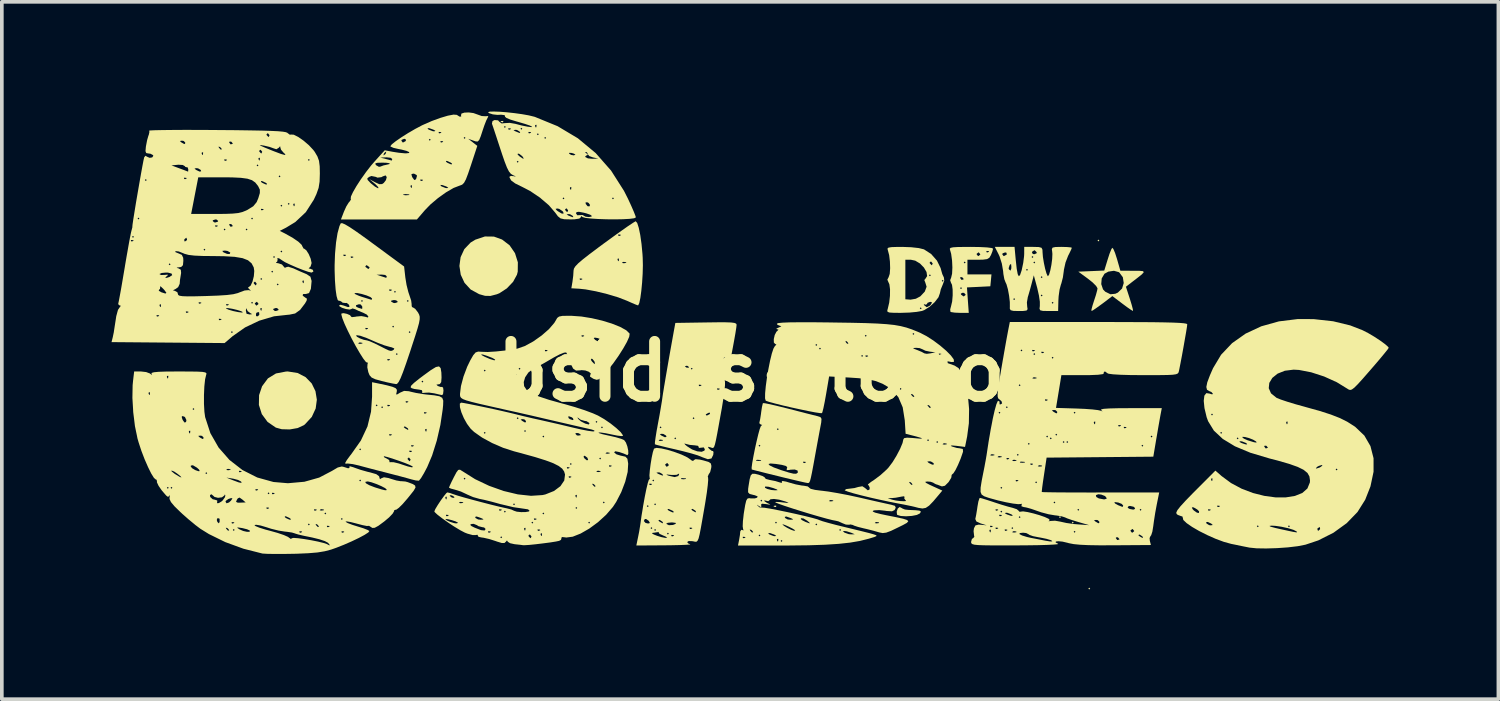
<source format=kicad_pcb>
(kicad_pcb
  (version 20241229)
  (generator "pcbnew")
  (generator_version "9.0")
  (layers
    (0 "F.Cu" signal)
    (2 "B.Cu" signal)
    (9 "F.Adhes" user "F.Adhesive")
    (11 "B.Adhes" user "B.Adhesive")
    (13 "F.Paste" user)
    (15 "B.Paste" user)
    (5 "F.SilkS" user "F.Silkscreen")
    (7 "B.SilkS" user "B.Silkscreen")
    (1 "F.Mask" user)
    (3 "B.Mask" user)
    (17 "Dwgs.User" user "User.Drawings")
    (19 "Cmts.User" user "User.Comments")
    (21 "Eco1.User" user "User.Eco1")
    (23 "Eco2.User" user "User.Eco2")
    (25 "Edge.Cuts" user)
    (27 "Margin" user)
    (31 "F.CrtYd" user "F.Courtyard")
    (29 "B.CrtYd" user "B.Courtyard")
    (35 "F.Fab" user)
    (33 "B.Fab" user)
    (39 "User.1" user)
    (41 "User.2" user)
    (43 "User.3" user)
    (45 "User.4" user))
  (footprint "bsides-logo"
    (layer "F.Cu")
    (at 17.495 7.109)
    (property "Reference" "bsides-logo" (at 0 0 0) (layer "F.SilkS") (effects (font (size 1.5 1.5) (thickness 0.3))))
    (attr board_only exclude_from_pos_files exclude_from_bom)
    (fp_poly (pts (xy 8.467 3.983) (xy 8.442 4.008) (xy 8.417 3.983) (xy 8.442 3.958)) (stroke (width 0) (type solid)) (fill yes) (layer "F.SilkS"))
    (fp_poly (pts (xy 8.817 4.133) (xy 8.792 4.158) (xy 8.767 4.133) (xy 8.792 4.108)) (stroke (width 0) (type solid)) (fill yes) (layer "F.SilkS"))
    (fp_poly (pts (xy 9.268 5.937) (xy 9.243 5.962) (xy 9.218 5.937) (xy 9.243 5.912)) (stroke (width 0) (type solid)) (fill yes) (layer "F.SilkS"))
    (fp_poly (pts (xy 9.519 -3.582) (xy 9.494 -3.557) (xy 9.469 -3.582) (xy 9.494 -3.607)) (stroke (width 0) (type solid)) (fill yes) (layer "F.SilkS"))
    (fp_poly (pts (xy -6.78 -6.847) (xy -6.787 -6.817) (xy -6.813 -6.813) (xy -6.855 -6.832) (xy -6.847 -6.847) (xy -6.787 -6.853)) (stroke (width 0) (type solid)) (fill yes) (layer "F.SilkS"))
    (fp_poly (pts (xy 0.685 3.674) (xy 0.678 3.704) (xy 0.651 3.707) (xy 0.61 3.689) (xy 0.618 3.674) (xy 0.677 3.668)) (stroke (width 0) (type solid)) (fill yes) (layer "F.SilkS"))
    (fp_poly (pts (xy 4.121 3.738) (xy 4.129 3.745) (xy 4.203 3.775) (xy 4.3 3.786) (xy 4.491 3.794) (xy 4.597 3.805) (xy 4.637 3.826) (xy 4.626 3.86) (xy 4.609 3.883) (xy 4.529 3.923) (xy 4.392 3.95) (xy 4.234 3.96) (xy 4.09 3.952) (xy 3.998 3.924) (xy 3.986 3.912) (xy 3.977 3.835) (xy 4.006 3.749) (xy 4.055 3.707) (xy 4.055 3.707)) (stroke (width 0) (type solid)) (fill yes) (layer "F.SilkS"))
    (fp_poly (pts (xy -12.403 0.042) (xy -12.185 0.157) (xy -12.021 0.327) (xy -11.918 0.538) (xy -11.88 0.772) (xy -11.912 1.012) (xy -12.018 1.242) (xy -12.205 1.445) (xy -12.236 1.469) (xy -12.404 1.547) (xy -12.621 1.585) (xy -12.841 1.579) (xy -13.001 1.535) (xy -13.228 1.379) (xy -13.385 1.166) (xy -13.465 0.915) (xy -13.46 0.647) (xy -13.378 0.404) (xy -13.218 0.189) (xy -12.998 0.054) (xy -12.72 0.001) (xy -12.672 0)) (stroke (width 0) (type solid)) (fill yes) (layer "F.SilkS"))
    (fp_poly (pts (xy -7.038 -3.689) (xy -6.816 -3.609) (xy -6.609 -3.451) (xy -6.461 -3.235) (xy -6.383 -2.986) (xy -6.386 -2.73) (xy -6.408 -2.645) (xy -6.514 -2.451) (xy -6.685 -2.272) (xy -6.887 -2.14) (xy -6.959 -2.111) (xy -7.133 -2.066) (xy -7.28 -2.069) (xy -7.44 -2.114) (xy -7.673 -2.241) (xy -7.842 -2.425) (xy -7.945 -2.646) (xy -7.981 -2.886) (xy -7.949 -3.126) (xy -7.847 -3.346) (xy -7.674 -3.527) (xy -7.547 -3.604) (xy -7.284 -3.692)) (stroke (width 0) (type solid)) (fill yes) (layer "F.SilkS"))
    (fp_poly (pts (xy -8.494 -0.09) (xy -8.475 0.027) (xy -8.47 0.163) (xy -8.479 0.291) (xy -8.517 0.345) (xy -8.554 0.351) (xy -8.611 0.36) (xy -8.574 0.395) (xy -8.569 0.398) (xy -8.486 0.426) (xy -8.457 0.42) (xy -8.427 0.443) (xy -8.417 0.523) (xy -8.429 0.617) (xy -8.454 0.646) (xy -8.524 0.632) (xy -8.646 0.603) (xy -8.667 0.598) (xy -8.812 0.577) (xy -8.929 0.582) (xy -8.936 0.584) (xy -9.001 0.588) (xy -8.996 0.556) (xy -9.007 0.512) (xy -9.077 0.497) (xy -9.215 0.478) (xy -9.287 0.457) (xy -9.317 0.431) (xy -9.3 0.387) (xy -9.225 0.313) (xy -9.178 0.276) (xy -9.018 0.276) (xy -8.993 0.301) (xy -8.968 0.276) (xy -8.993 0.25) (xy -9.018 0.276) (xy -9.178 0.276) (xy -9.084 0.2) (xy -8.962 0.108) (xy -8.76 -0.039) (xy -8.624 -0.122) (xy -8.539 -0.139)) (stroke (width 0) (type solid)) (fill yes) (layer "F.SilkS"))
    (fp_poly (pts (xy 9.902 -3.351) (xy 9.948 -3.244) (xy 9.999 -3.086) (xy 10.001 -3.08) (xy 10.094 -2.755) (xy 10.445 -2.754) (xy 10.615 -2.753) (xy 10.712 -2.744) (xy 10.735 -2.716) (xy 10.682 -2.656) (xy 10.554 -2.554) (xy 10.417 -2.449) (xy 10.246 -2.317) (xy 10.354 -1.985) (xy 10.404 -1.822) (xy 10.435 -1.703) (xy 10.44 -1.654) (xy 10.439 -1.653) (xy 10.391 -1.681) (xy 10.285 -1.754) (xy 10.146 -1.857) (xy 10.146 -1.857) (xy 9.875 -2.062) (xy 9.605 -1.857) (xy 9.464 -1.755) (xy 9.357 -1.681) (xy 9.305 -1.653) (xy 9.304 -1.696) (xy 9.333 -1.806) (xy 9.372 -1.928) (xy 9.425 -2.09) (xy 9.46 -2.22) (xy 9.469 -2.274) (xy 9.431 -2.339) (xy 9.381 -2.389) (xy 9.571 -2.389) (xy 9.62 -2.245) (xy 9.68 -2.182) (xy 9.822 -2.112) (xy 9.955 -2.125) (xy 10.025 -2.157) (xy 10.14 -2.268) (xy 10.186 -2.419) (xy 10.162 -2.576) (xy 10.068 -2.704) (xy 10.05 -2.717) (xy 9.919 -2.754) (xy 9.766 -2.731) (xy 9.66 -2.673) (xy 9.584 -2.545) (xy 9.571 -2.389) (xy 9.381 -2.389) (xy 9.332 -2.438) (xy 9.206 -2.538) (xy 8.944 -2.73) (xy 9.299 -2.745) (xy 9.654 -2.76) (xy 9.746 -3.06) (xy 9.798 -3.221) (xy 9.845 -3.338) (xy 9.872 -3.383)) (stroke (width 0) (type solid)) (fill yes) (layer "F.SilkS"))
    (fp_poly (pts (xy -3.119 -4.061) (xy -3.077 -3.93) (xy -3.036 -3.734) (xy -3.001 -3.487) (xy -2.975 -3.209) (xy -2.969 -3.112) (xy -2.964 -2.905) (xy -2.97 -2.671) (xy -2.985 -2.431) (xy -3.007 -2.203) (xy -3.033 -2.011) (xy -3.062 -1.873) (xy -3.092 -1.809) (xy -3.099 -1.808) (xy -3.158 -1.829) (xy -3.28 -1.881) (xy -3.404 -1.936) (xy -3.642 -2.028) (xy -3.936 -2.116) (xy -4.246 -2.192) (xy -4.532 -2.245) (xy -4.702 -2.263) (xy -4.92 -2.275) (xy -4.89 -2.452) (xy -4.879 -2.538) (xy -4.693 -2.538) (xy -4.686 -2.509) (xy -4.659 -2.505) (xy -4.618 -2.523) (xy -4.626 -2.538) (xy -4.685 -2.544) (xy -4.693 -2.538) (xy -4.879 -2.538) (xy -4.869 -2.615) (xy -4.86 -2.758) (xy -4.86 -2.761) (xy -4.849 -2.814) (xy -4.81 -2.876) (xy -4.734 -2.956) (xy -4.72 -2.968) (xy -3.535 -2.968) (xy -3.486 -2.96) (xy -3.421 -2.969) (xy -3.42 -2.986) (xy -3.487 -2.998) (xy -3.516 -2.99) (xy -3.535 -2.968) (xy -4.72 -2.968) (xy -4.617 -3.056) (xy -3.657 -3.056) (xy -3.639 -3.015) (xy -3.624 -3.023) (xy -3.618 -3.082) (xy -3.624 -3.089) (xy -3.654 -3.083) (xy -3.657 -3.056) (xy -4.617 -3.056) (xy -4.61 -3.062) (xy -4.428 -3.205) (xy -4.179 -3.392) (xy -4.033 -3.5) (xy -3.781 -3.683) (xy -3.701 -3.741) (xy -3.64 -3.741) (xy -3.634 -3.711) (xy -3.607 -3.707) (xy -3.566 -3.726) (xy -3.574 -3.741) (xy -3.633 -3.747) (xy -3.64 -3.741) (xy -3.701 -3.741) (xy -3.556 -3.844) (xy -3.37 -3.975) (xy -3.235 -4.065) (xy -3.166 -4.106) (xy -3.16 -4.108)) (stroke (width 0) (type solid)) (fill yes) (layer "F.SilkS"))
    (fp_poly (pts (xy 6.254 -3.403) (xy 6.449 -3.393) (xy 6.573 -3.377) (xy 6.613 -3.359) (xy 6.594 -3.281) (xy 6.555 -3.184) (xy 6.512 -3.111) (xy 6.448 -3.073) (xy 6.335 -3.058) (xy 6.204 -3.056) (xy 5.912 -3.056) (xy 5.912 -2.856) (xy 5.912 -2.655) (xy 6.24 -2.655) (xy 6.569 -2.655) (xy 6.554 -2.492) (xy 6.538 -2.33) (xy 6.218 -2.314) (xy 5.899 -2.299) (xy 5.923 -1.951) (xy 5.948 -1.603) (xy 5.713 -1.603) (xy 5.567 -1.609) (xy 5.468 -1.624) (xy 5.447 -1.633) (xy 5.44 -1.697) (xy 5.464 -1.787) (xy 5.494 -1.915) (xy 5.508 -2.078) (xy 5.508 -2.13) (xy 5.732 -2.13) (xy 5.736 -2.104) (xy 5.8 -2.056) (xy 5.814 -2.054) (xy 5.86 -2.092) (xy 5.862 -2.104) (xy 5.821 -2.148) (xy 5.783 -2.154) (xy 5.732 -2.13) (xy 5.508 -2.13) (xy 5.507 -2.241) (xy 5.502 -2.279) (xy 5.711 -2.279) (xy 5.736 -2.254) (xy 5.761 -2.279) (xy 5.736 -2.305) (xy 5.711 -2.279) (xy 5.502 -2.279) (xy 5.49 -2.37) (xy 5.461 -2.43) (xy 5.439 -2.497) (xy 5.463 -2.558) (xy 5.711 -2.558) (xy 5.748 -2.507) (xy 5.761 -2.505) (xy 5.81 -2.522) (xy 5.811 -2.527) (xy 5.776 -2.57) (xy 5.761 -2.58) (xy 5.715 -2.576) (xy 5.711 -2.558) (xy 5.463 -2.558) (xy 5.466 -2.565) (xy 5.492 -2.674) (xy 5.5 -2.844) (xy 5.494 -2.981) (xy 5.811 -2.981) (xy 5.836 -2.956) (xy 5.862 -2.981) (xy 5.836 -3.006) (xy 5.811 -2.981) (xy 5.494 -2.981) (xy 5.491 -3.036) (xy 5.468 -3.206) (xy 6.162 -3.206) (xy 6.2 -3.158) (xy 6.212 -3.156) (xy 6.261 -3.194) (xy 6.262 -3.206) (xy 6.224 -3.255) (xy 6.212 -3.256) (xy 6.164 -3.218) (xy 6.162 -3.206) (xy 5.468 -3.206) (xy 5.468 -3.212) (xy 5.446 -3.29) (xy 6.429 -3.29) (xy 6.436 -3.26) (xy 6.463 -3.256) (xy 6.504 -3.275) (xy 6.496 -3.29) (xy 6.437 -3.296) (xy 6.429 -3.29) (xy 5.446 -3.29) (xy 5.437 -3.319) (xy 5.429 -3.356) (xy 5.451 -3.381) (xy 5.52 -3.396) (xy 5.65 -3.404) (xy 5.856 -3.406) (xy 6.006 -3.407)) (stroke (width 0) (type solid)) (fill yes) (layer "F.SilkS"))
    (fp_poly (pts (xy 0.374 0.869) (xy 0.506 0.895) (xy 0.699 0.94) (xy 0.933 0.998) (xy 1.01 1.017) (xy 1.266 1.083) (xy 1.498 1.143) (xy 1.682 1.189) (xy 1.797 1.218) (xy 1.81 1.221) (xy 1.891 1.247) (xy 1.921 1.295) (xy 1.913 1.396) (xy 1.9 1.465) (xy 1.874 1.602) (xy 1.836 1.807) (xy 1.791 2.051) (xy 1.754 2.254) (xy 1.7 2.552) (xy 1.66 2.765) (xy 1.63 2.907) (xy 1.607 2.993) (xy 1.586 3.036) (xy 1.565 3.05) (xy 1.54 3.05) (xy 1.471 3.037) (xy 1.324 3.004) (xy 1.118 2.955) (xy 0.871 2.896) (xy 0.751 2.866) (xy 0.497 2.804) (xy 0.279 2.749) (xy 0.117 2.708) (xy 0.026 2.684) (xy 0.013 2.68) (xy 0.01 2.627) (xy 0.023 2.53) (xy 0.471 2.53) (xy 0.502 2.568) (xy 0.618 2.625) (xy 0.815 2.697) (xy 0.828 2.701) (xy 1.028 2.764) (xy 1.155 2.795) (xy 1.228 2.796) (xy 1.268 2.77) (xy 1.274 2.761) (xy 1.267 2.71) (xy 1.19 2.681) (xy 1.075 2.686) (xy 1.049 2.692) (xy 0.97 2.699) (xy 0.97 2.667) (xy 0.984 2.618) (xy 0.945 2.583) (xy 0.836 2.554) (xy 0.676 2.529) (xy 0.528 2.516) (xy 0.471 2.53) (xy 0.023 2.53) (xy 0.027 2.499) (xy 0.032 2.472) (xy 1.419 2.472) (xy 1.426 2.501) (xy 1.453 2.505) (xy 1.494 2.487) (xy 1.486 2.472) (xy 1.427 2.466) (xy 1.419 2.472) (xy 0.032 2.472) (xy 0.038 2.44) (xy 0.131 2.44) (xy 0.2 2.447) (xy 0.272 2.439) (xy 0.263 2.422) (xy 0.16 2.415) (xy 0.138 2.422) (xy 0.131 2.44) (xy 0.038 2.44) (xy 0.059 2.322) (xy 0.1 2.117) (xy 0.119 2.029) (xy 0.2 2.029) (xy 0.225 2.054) (xy 0.25 2.029) (xy 0.225 2.004) (xy 0.2 2.029) (xy 0.119 2.029) (xy 0.146 1.909) (xy 0.191 1.721) (xy 0.23 1.578) (xy 0.701 1.578) (xy 0.726 1.603) (xy 0.751 1.578) (xy 0.726 1.553) (xy 0.701 1.578) (xy 0.23 1.578) (xy 0.231 1.577) (xy 0.26 1.499) (xy 0.266 1.493) (xy 0.299 1.46) (xy 0.265 1.454) (xy 0.221 1.417) (xy 0.224 1.39) (xy 0.243 1.304) (xy 0.265 1.164) (xy 0.272 1.107) (xy 0.293 0.969) (xy 0.314 0.879) (xy 0.321 0.865)) (stroke (width 0) (type solid)) (fill yes) (layer "F.SilkS"))
    (fp_poly (pts (xy 4.372 -3.398) (xy 4.58 -3.375) (xy 4.722 -3.34) (xy 4.726 -3.338) (xy 4.918 -3.214) (xy 5.079 -3.031) (xy 5.179 -2.826) (xy 5.187 -2.794) (xy 5.224 -2.664) (xy 5.265 -2.576) (xy 5.267 -2.574) (xy 5.278 -2.487) (xy 5.236 -2.374) (xy 5.183 -2.246) (xy 5.16 -2.143) (xy 5.12 -2.03) (xy 5.017 -1.896) (xy 4.878 -1.77) (xy 4.73 -1.678) (xy 4.668 -1.655) (xy 4.526 -1.63) (xy 4.326 -1.611) (xy 4.108 -1.604) (xy 4.09 -1.603) (xy 3.894 -1.605) (xy 3.779 -1.612) (xy 3.727 -1.632) (xy 3.72 -1.67) (xy 3.733 -1.716) (xy 3.736 -1.728) (xy 4.609 -1.728) (xy 4.634 -1.703) (xy 4.659 -1.728) (xy 4.634 -1.753) (xy 4.609 -1.728) (xy 3.736 -1.728) (xy 3.762 -1.839) (xy 4.717 -1.839) (xy 4.73 -1.811) (xy 4.799 -1.757) (xy 4.883 -1.8) (xy 4.91 -1.829) (xy 4.945 -1.888) (xy 4.899 -1.904) (xy 4.891 -1.904) (xy 4.82 -1.877) (xy 4.809 -1.851) (xy 4.778 -1.823) (xy 4.752 -1.833) (xy 4.717 -1.839) (xy 3.762 -1.839) (xy 3.772 -1.88) (xy 3.793 -2.068) (xy 3.795 -2.248) (xy 3.777 -2.384) (xy 3.756 -2.431) (xy 3.721 -2.512) (xy 3.723 -2.515) (xy 4.214 -2.515) (xy 4.214 -1.975) (xy 4.355 -1.964) (xy 4.5 -1.989) (xy 4.624 -2.055) (xy 4.746 -2.186) (xy 4.795 -2.318) (xy 4.761 -2.428) (xy 4.741 -2.48) (xy 5.21 -2.48) (xy 5.235 -2.455) (xy 5.26 -2.48) (xy 5.235 -2.505) (xy 5.21 -2.48) (xy 4.741 -2.48) (xy 4.732 -2.501) (xy 4.757 -2.528) (xy 4.81 -2.609) (xy 4.806 -2.63) (xy 4.86 -2.63) (xy 4.885 -2.605) (xy 4.91 -2.63) (xy 4.885 -2.655) (xy 4.86 -2.63) (xy 4.806 -2.63) (xy 4.793 -2.72) (xy 4.722 -2.842) (xy 4.614 -2.953) (xy 4.577 -2.975) (xy 4.877 -2.975) (xy 4.885 -2.956) (xy 4.93 -2.908) (xy 4.938 -2.906) (xy 4.959 -2.944) (xy 4.96 -2.956) (xy 4.921 -3.004) (xy 4.907 -3.006) (xy 4.877 -2.975) (xy 4.577 -2.975) (xy 4.484 -3.031) (xy 4.365 -3.056) (xy 4.214 -3.056) (xy 4.214 -2.515) (xy 3.723 -2.515) (xy 3.757 -2.58) (xy 3.787 -2.67) (xy 3.798 -2.823) (xy 3.792 -3.006) (xy 3.771 -3.182) (xy 3.735 -3.317) (xy 3.734 -3.319) (xy 3.725 -3.361) (xy 3.753 -3.387) (xy 3.835 -3.401) (xy 3.989 -3.406) (xy 4.129 -3.407)) (stroke (width 0) (type solid)) (fill yes) (layer "F.SilkS"))
    (fp_poly (pts (xy 7.232 -3.06) (xy 7.259 -2.812) (xy 7.287 -2.661) (xy 7.317 -2.604) (xy 7.351 -2.638) (xy 7.392 -2.759) (xy 7.398 -2.78) (xy 7.515 -2.78) (xy 7.54 -2.755) (xy 7.565 -2.78) (xy 7.54 -2.806) (xy 7.515 -2.78) (xy 7.398 -2.78) (xy 7.398 -2.782) (xy 7.438 -2.972) (xy 7.439 -2.981) (xy 7.715 -2.981) (xy 7.74 -2.956) (xy 7.765 -2.981) (xy 7.74 -3.006) (xy 7.715 -2.981) (xy 7.439 -2.981) (xy 7.458 -3.131) (xy 7.665 -3.131) (xy 7.69 -3.106) (xy 7.715 -3.131) (xy 7.69 -3.156) (xy 7.665 -3.131) (xy 7.458 -3.131) (xy 7.461 -3.158) (xy 7.464 -3.219) (xy 7.464 -3.26) (xy 7.675 -3.26) (xy 7.699 -3.214) (xy 7.74 -3.206) (xy 7.803 -3.232) (xy 7.806 -3.26) (xy 7.754 -3.312) (xy 7.74 -3.314) (xy 7.681 -3.275) (xy 7.675 -3.26) (xy 7.464 -3.26) (xy 7.465 -3.407) (xy 7.715 -3.407) (xy 7.863 -3.403) (xy 7.937 -3.383) (xy 7.963 -3.331) (xy 7.966 -3.26) (xy 7.976 -3.132) (xy 8.002 -2.972) (xy 8.036 -2.812) (xy 8.073 -2.682) (xy 8.106 -2.611) (xy 8.114 -2.605) (xy 8.145 -2.65) (xy 8.178 -2.764) (xy 8.208 -2.916) (xy 8.229 -3.076) (xy 8.235 -3.213) (xy 8.23 -3.271) (xy 8.22 -3.348) (xy 8.242 -3.388) (xy 8.319 -3.404) (xy 8.471 -3.407) (xy 8.486 -3.407) (xy 8.639 -3.403) (xy 8.741 -3.393) (xy 8.767 -3.383) (xy 8.746 -3.328) (xy 8.693 -3.218) (xy 8.665 -3.164) (xy 8.594 -2.98) (xy 8.55 -2.781) (xy 8.547 -2.749) (xy 8.522 -2.571) (xy 8.48 -2.408) (xy 8.469 -2.38) (xy 8.432 -2.243) (xy 8.406 -2.058) (xy 8.399 -1.942) (xy 8.392 -1.654) (xy 8.13 -1.654) (xy 7.978 -1.656) (xy 7.903 -1.673) (xy 7.883 -1.716) (xy 7.892 -1.791) (xy 7.892 -1.879) (xy 8.216 -1.879) (xy 8.241 -1.854) (xy 8.266 -1.879) (xy 8.241 -1.904) (xy 8.216 -1.879) (xy 7.892 -1.879) (xy 7.892 -1.908) (xy 7.867 -2.079) (xy 7.916 -2.079) (xy 7.941 -2.054) (xy 7.966 -2.079) (xy 7.941 -2.104) (xy 7.916 -2.079) (xy 7.867 -2.079) (xy 7.866 -2.083) (xy 7.822 -2.278) (xy 7.822 -2.279) (xy 7.74 -2.58) (xy 7.916 -2.58) (xy 7.941 -2.555) (xy 7.966 -2.58) (xy 7.941 -2.605) (xy 7.916 -2.58) (xy 7.74 -2.58) (xy 7.727 -2.63) (xy 7.668 -2.405) (xy 7.621 -2.231) (xy 7.575 -2.073) (xy 7.563 -2.036) (xy 7.538 -1.889) (xy 7.546 -1.773) (xy 7.557 -1.703) (xy 7.529 -1.667) (xy 7.441 -1.655) (xy 7.318 -1.653) (xy 7.167 -1.657) (xy 7.092 -1.676) (xy 7.07 -1.721) (xy 7.072 -1.766) (xy 7.071 -1.899) (xy 7.062 -1.979) (xy 7.164 -1.979) (xy 7.189 -1.954) (xy 7.214 -1.979) (xy 7.189 -2.004) (xy 7.164 -1.979) (xy 7.062 -1.979) (xy 7.051 -2.071) (xy 7.019 -2.246) (xy 6.98 -2.384) (xy 6.953 -2.441) (xy 6.921 -2.524) (xy 6.895 -2.666) (xy 6.887 -2.75) (xy 6.874 -2.825) (xy 7.039 -2.825) (xy 7.045 -2.795) (xy 7.089 -2.757) (xy 7.111 -2.814) (xy 7.113 -2.868) (xy 7.105 -2.94) (xy 7.075 -2.921) (xy 7.066 -2.908) (xy 7.039 -2.825) (xy 6.874 -2.825) (xy 6.853 -2.949) (xy 6.79 -3.148) (xy 6.765 -3.202) (xy 6.763 -3.206) (xy 6.864 -3.206) (xy 6.899 -3.158) (xy 6.911 -3.156) (xy 6.979 -3.193) (xy 6.989 -3.206) (xy 6.977 -3.249) (xy 6.942 -3.256) (xy 6.873 -3.23) (xy 6.864 -3.206) (xy 6.763 -3.206) (xy 6.661 -3.407) (xy 6.93 -3.407) (xy 7.2 -3.407)) (stroke (width 0) (type solid)) (fill yes) (layer "F.SilkS"))
    (fp_poly (pts (xy -10.208 0.326) (xy -9.968 0.377) (xy -9.812 0.419) (xy -9.724 0.458) (xy -9.691 0.501) (xy -9.695 0.555) (xy -9.696 0.558) (xy -9.712 0.626) (xy -9.682 0.627) (xy -9.608 0.581) (xy -9.494 0.531) (xy -9.363 0.54) (xy -9.316 0.553) (xy -9.157 0.589) (xy -8.964 0.62) (xy -8.893 0.629) (xy -8.668 0.652) (xy -8.527 0.678) (xy -8.451 0.721) (xy -8.423 0.797) (xy -8.427 0.922) (xy -8.439 1.042) (xy -8.502 1.463) (xy -8.601 1.894) (xy -8.728 2.297) (xy -8.863 2.616) (xy -8.953 2.786) (xy -9.031 2.916) (xy -9.085 2.983) (xy -9.093 2.987) (xy -9.173 2.98) (xy -9.293 2.951) (xy -9.406 2.919) (xy -9.586 2.87) (xy -9.806 2.813) (xy -9.945 2.777) (xy -10.194 2.713) (xy -10.444 2.648) (xy -10.654 2.592) (xy -10.73 2.571) (xy -10.898 2.533) (xy -11.035 2.517) (xy -11.095 2.522) (xy -11.106 2.503) (xy -11.061 2.424) (xy -10.984 2.319) (xy -10.051 2.319) (xy -10.032 2.352) (xy -9.973 2.379) (xy -9.902 2.422) (xy -9.896 2.458) (xy -9.887 2.485) (xy -9.86 2.479) (xy -9.778 2.482) (xy -9.641 2.515) (xy -9.544 2.547) (xy -9.391 2.597) (xy -9.288 2.621) (xy -9.251 2.614) (xy -9.272 2.59) (xy -9.344 2.554) (xy -9.475 2.501) (xy -9.637 2.442) (xy -9.802 2.386) (xy -9.803 2.385) (xy -9.401 2.385) (xy -9.393 2.405) (xy -9.348 2.453) (xy -9.34 2.455) (xy -9.319 2.416) (xy -9.318 2.405) (xy -9.357 2.357) (xy -9.371 2.355) (xy -9.401 2.385) (xy -9.803 2.385) (xy -9.944 2.342) (xy -10.034 2.319) (xy -10.051 2.319) (xy -10.984 2.319) (xy -10.97 2.3) (xy -10.945 2.27) (xy -10.875 2.171) (xy -9.352 2.171) (xy -9.345 2.201) (xy -9.318 2.204) (xy -9.277 2.186) (xy -9.285 2.171) (xy -9.344 2.165) (xy -9.352 2.171) (xy -10.875 2.171) (xy -10.846 2.129) (xy -10.721 2.129) (xy -10.696 2.154) (xy -10.671 2.129) (xy -10.696 2.104) (xy -10.721 2.129) (xy -10.846 2.129) (xy -10.769 2.021) (xy -9.302 2.021) (xy -9.295 2.05) (xy -9.268 2.054) (xy -9.227 2.036) (xy -9.235 2.021) (xy -9.294 2.015) (xy -9.302 2.021) (xy -10.769 2.021) (xy -10.676 1.888) (xy -10.597 1.72) (xy -9.903 1.72) (xy -9.896 1.75) (xy -9.869 1.753) (xy -9.828 1.735) (xy -9.836 1.72) (xy -9.895 1.714) (xy -9.903 1.72) (xy -10.597 1.72) (xy -10.542 1.603) (xy -8.918 1.603) (xy -8.899 1.644) (xy -8.884 1.637) (xy -8.878 1.577) (xy -8.884 1.57) (xy -8.914 1.577) (xy -8.918 1.603) (xy -10.542 1.603) (xy -10.505 1.523) (xy -9.504 1.523) (xy -9.469 1.553) (xy -9.389 1.598) (xy -9.378 1.581) (xy -9.393 1.553) (xy -9.467 1.505) (xy -9.484 1.504) (xy -9.504 1.523) (xy -10.505 1.523) (xy -10.496 1.505) (xy -10.403 1.119) (xy -8.951 1.119) (xy -8.944 1.149) (xy -8.918 1.152) (xy -8.876 1.134) (xy -8.884 1.119) (xy -8.944 1.113) (xy -8.951 1.119) (xy -10.403 1.119) (xy -10.398 1.097) (xy -10.39 0.977) (xy -10.12 0.977) (xy -10.095 1.002) (xy -10.07 0.977) (xy -10.095 0.952) (xy -10.12 0.977) (xy -10.39 0.977) (xy -10.386 0.927) (xy -10.27 0.927) (xy -10.245 0.952) (xy -10.22 0.927) (xy -10.228 0.918) (xy -9.953 0.918) (xy -9.946 0.948) (xy -9.92 0.952) (xy -9.878 0.934) (xy -9.886 0.918) (xy -9.946 0.912) (xy -9.953 0.918) (xy -10.228 0.918) (xy -10.245 0.902) (xy -10.27 0.927) (xy -10.386 0.927) (xy -10.379 0.818) (xy -9.452 0.818) (xy -9.445 0.848) (xy -9.419 0.852) (xy -9.377 0.833) (xy -9.385 0.818) (xy -9.445 0.812) (xy -9.452 0.818) (xy -10.379 0.818) (xy -10.37 0.688) (xy -10.37 0.293)) (stroke (width 0) (type solid)) (fill yes) (layer "F.SilkS"))
    (fp_poly (pts (xy -0.704 -1.345) (xy -0.553 -1.34) (xy -0.461 -1.328) (xy -0.415 -1.309) (xy -0.401 -1.281) (xy -0.401 -1.276) (xy -0.41 -1.196) (xy -0.434 -1.042) (xy -0.47 -0.839) (xy -0.498 -0.686) (xy -0.543 -0.449) (xy -0.584 -0.228) (xy -0.615 -0.054) (xy -0.626 0.013) (xy -0.655 0.133) (xy -0.691 0.197) (xy -0.699 0.2) (xy -0.724 0.24) (xy -0.718 0.294) (xy -0.718 0.375) (xy -0.734 0.534) (xy -0.764 0.75) (xy -0.805 1.005) (xy -0.824 1.108) (xy -0.885 1.447) (xy -0.931 1.7) (xy -0.966 1.878) (xy -0.993 1.994) (xy -1.016 2.061) (xy -1.039 2.089) (xy -1.065 2.092) (xy -1.097 2.081) (xy -1.114 2.075) (xy -1.184 2.059) (xy -1.17 2.093) (xy -1.147 2.118) (xy -1.078 2.172) (xy -1.047 2.176) (xy -1.032 2.203) (xy -1.04 2.281) (xy -1.089 2.379) (xy -1.188 2.399) (xy -1.346 2.342) (xy -1.366 2.332) (xy -1.471 2.291) (xy -1.648 2.238) (xy -1.869 2.18) (xy -2.061 2.134) (xy -2.283 2.083) (xy -2.467 2.038) (xy -2.591 2.006) (xy -2.636 1.99) (xy -2.635 1.969) (xy -1.831 1.969) (xy -1.808 2.001) (xy -1.753 2.047) (xy -1.618 2.133) (xy -1.476 2.184) (xy -1.355 2.196) (xy -1.281 2.164) (xy -1.269 2.128) (xy -1.3 2.076) (xy -1.367 2.084) (xy -1.434 2.091) (xy -1.436 2.067) (xy -1.456 2.033) (xy -1.542 2.02) (xy -1.685 2.007) (xy -1.779 1.983) (xy -1.831 1.969) (xy -2.635 1.969) (xy -2.635 1.936) (xy -2.629 1.892) (xy -2.533 1.892) (xy -2.484 1.9) (xy -2.419 1.891) (xy -2.418 1.873) (xy -2.485 1.862) (xy -2.514 1.87) (xy -2.533 1.892) (xy -2.629 1.892) (xy -2.62 1.829) (xy -2.104 1.829) (xy -2.079 1.854) (xy -2.054 1.829) (xy -2.079 1.804) (xy -2.104 1.829) (xy -2.62 1.829) (xy -2.617 1.805) (xy -2.602 1.712) (xy -2.501 1.712) (xy -2.465 1.747) (xy -2.455 1.753) (xy -2.363 1.798) (xy -2.319 1.79) (xy -2.33 1.753) (xy -2.401 1.71) (xy -2.445 1.704) (xy -2.501 1.712) (xy -2.602 1.712) (xy -2.587 1.618) (xy -2.57 1.528) (xy -2.505 1.528) (xy -2.48 1.553) (xy -2.455 1.528) (xy -2.48 1.503) (xy -2.505 1.528) (xy -2.57 1.528) (xy -2.556 1.449) (xy -2.524 1.278) (xy -1.603 1.278) (xy -1.578 1.303) (xy -1.553 1.278) (xy -1.578 1.252) (xy -1.603 1.278) (xy -2.524 1.278) (xy -2.511 1.208) (xy -2.505 1.174) (xy -1.245 1.174) (xy -1.233 1.2) (xy -1.205 1.202) (xy -1.137 1.166) (xy -1.128 1.153) (xy -1.136 1.124) (xy -1.175 1.133) (xy -1.245 1.174) (xy -2.505 1.174) (xy -2.472 0.981) (xy -2.442 0.801) (xy -2.432 0.726) (xy -2.414 0.603) (xy -2.392 0.468) (xy -0.935 0.468) (xy -0.928 0.497) (xy -0.902 0.501) (xy -0.861 0.483) (xy -0.868 0.468) (xy -0.928 0.462) (xy -0.935 0.468) (xy -2.392 0.468) (xy -2.381 0.398) (xy -2.375 0.367) (xy -1.436 0.367) (xy -1.429 0.397) (xy -1.403 0.401) (xy -1.362 0.382) (xy -1.369 0.367) (xy -1.429 0.361) (xy -1.436 0.367) (xy -2.375 0.367) (xy -2.335 0.128) (xy -2.307 -0.033) (xy -2.092 -0.033) (xy -2.047 0.015) (xy -2.032 0.027) (xy -1.926 0.085) (xy -1.86 0.1) (xy -1.821 0.087) (xy -1.867 0.038) (xy -1.882 0.027) (xy -1.988 -0.032) (xy -2.054 -0.047) (xy -2.092 -0.033) (xy -2.307 -0.033) (xy -2.3 -0.075) (xy -1.653 -0.075) (xy -1.628 -0.05) (xy -1.603 -0.075) (xy -1.628 -0.1) (xy -1.653 -0.075) (xy -2.3 -0.075) (xy -2.283 -0.173) (xy -1.833 -0.173) (xy -1.828 -0.15) (xy -1.775 -0.108) (xy -1.717 -0.101) (xy -1.703 -0.12) (xy -1.743 -0.152) (xy -1.781 -0.169) (xy -1.833 -0.173) (xy -2.283 -0.173) (xy -2.28 -0.191) (xy -2.252 -0.351) (xy -0.751 -0.351) (xy -0.733 -0.309) (xy -0.718 -0.317) (xy -0.712 -0.377) (xy -0.718 -0.384) (xy -0.748 -0.377) (xy -0.751 -0.351) (xy -2.252 -0.351) (xy -2.218 -0.543) (xy -2.152 -0.91) (xy -2.113 -1.127) (xy -2.076 -1.328) (xy -1.238 -1.341) (xy -0.928 -1.345)) (stroke (width 0) (type solid)) (fill yes) (layer "F.SilkS"))
    (fp_poly (pts (xy -2.46 2.104) (xy -2.285 2.144) (xy -2.091 2.204) (xy -1.904 2.274) (xy -1.748 2.349) (xy -1.647 2.419) (xy -1.637 2.43) (xy -1.589 2.449) (xy -1.573 2.425) (xy -1.523 2.398) (xy -1.401 2.411) (xy -1.314 2.431) (xy -1.172 2.472) (xy -1.106 2.515) (xy -1.09 2.582) (xy -1.095 2.636) (xy -1.124 2.751) (xy -1.164 2.812) (xy -1.19 2.876) (xy -1.181 2.899) (xy -1.178 2.966) (xy -1.19 3.112) (xy -1.216 3.319) (xy -1.255 3.569) (xy -1.276 3.694) (xy -1.334 4.029) (xy -1.378 4.277) (xy -1.412 4.452) (xy -1.44 4.565) (xy -1.468 4.628) (xy -1.498 4.655) (xy -1.536 4.656) (xy -1.586 4.645) (xy -1.606 4.641) (xy -1.711 4.637) (xy -1.754 4.665) (xy -1.72 4.705) (xy -1.666 4.725) (xy -1.682 4.733) (xy -1.785 4.74) (xy -1.958 4.747) (xy -2.188 4.752) (xy -2.36 4.754) (xy -3.143 4.759) (xy -3.099 4.546) (xy -3.075 4.427) (xy -2.716 4.427) (xy -2.665 4.458) (xy -2.571 4.495) (xy -2.46 4.529) (xy -2.36 4.549) (xy -2.33 4.551) (xy -2.3 4.539) (xy -2.361 4.505) (xy -2.404 4.488) (xy -2.432 4.475) (xy -2.188 4.475) (xy -2.181 4.505) (xy -2.154 4.509) (xy -2.113 4.491) (xy -2.121 4.475) (xy -2.18 4.469) (xy -2.188 4.475) (xy -2.432 4.475) (xy -2.504 4.442) (xy -2.512 4.434) (xy -2.305 4.434) (xy -2.279 4.459) (xy -2.254 4.434) (xy -2.279 4.409) (xy -2.305 4.434) (xy -2.512 4.434) (xy -2.536 4.406) (xy -2.53 4.4) (xy -2.52 4.387) (xy -2.547 4.392) (xy -2.657 4.409) (xy -2.697 4.412) (xy -2.716 4.427) (xy -3.075 4.427) (xy -3.066 4.381) (xy -3.058 4.334) (xy -2.655 4.334) (xy -2.63 4.359) (xy -2.605 4.334) (xy -2.63 4.308) (xy -2.655 4.334) (xy -3.058 4.334) (xy -3.05 4.283) (xy -2.755 4.283) (xy -2.73 4.308) (xy -2.705 4.283) (xy -2.714 4.275) (xy -1.687 4.275) (xy -1.68 4.305) (xy -1.653 4.308) (xy -1.612 4.29) (xy -1.62 4.275) (xy -1.679 4.269) (xy -1.687 4.275) (xy -2.714 4.275) (xy -2.73 4.258) (xy -2.755 4.283) (xy -3.05 4.283) (xy -3.042 4.235) (xy -3.038 4.208) (xy -3.031 4.163) (xy -2.325 4.163) (xy -2.323 4.168) (xy -2.252 4.204) (xy -2.141 4.197) (xy -2.067 4.167) (xy -2.065 4.141) (xy -2.149 4.129) (xy -2.177 4.128) (xy -2.284 4.138) (xy -2.325 4.163) (xy -3.031 4.163) (xy -3.021 4.09) (xy -2.937 4.09) (xy -2.892 4.141) (xy -2.821 4.158) (xy -2.771 4.145) (xy -2.801 4.089) (xy -2.805 4.084) (xy -2.813 4.078) (xy -2.54 4.078) (xy -2.505 4.108) (xy -2.425 4.153) (xy -2.414 4.136) (xy -2.43 4.108) (xy -2.503 4.06) (xy -2.52 4.059) (xy -2.54 4.078) (xy -2.813 4.078) (xy -2.876 4.034) (xy -2.912 4.037) (xy -2.937 4.09) (xy -3.021 4.09) (xy -3.001 3.946) (xy -2.973 3.78) (xy -2.288 3.78) (xy -2.254 3.807) (xy -2.163 3.85) (xy -2.129 3.856) (xy -2.12 3.835) (xy -2.154 3.807) (xy -2.218 3.778) (xy -1.638 3.778) (xy -1.603 3.807) (xy -1.523 3.853) (xy -1.513 3.836) (xy -1.528 3.807) (xy -1.601 3.76) (xy -1.619 3.758) (xy -1.638 3.778) (xy -2.218 3.778) (xy -2.246 3.765) (xy -2.279 3.759) (xy -2.288 3.78) (xy -2.973 3.78) (xy -2.958 3.682) (xy -2.856 3.682) (xy -2.831 3.707) (xy -2.806 3.682) (xy -2.831 3.657) (xy -2.856 3.682) (xy -2.958 3.682) (xy -2.958 3.682) (xy -2.949 3.632) (xy -2.655 3.632) (xy -2.63 3.657) (xy -2.605 3.632) (xy -2.63 3.607) (xy -2.655 3.632) (xy -2.949 3.632) (xy -2.913 3.433) (xy -2.87 3.219) (xy -2.835 3.073) (xy -2.789 3.073) (xy -2.782 3.102) (xy -2.755 3.106) (xy -2.714 3.088) (xy -2.722 3.073) (xy -2.781 3.067) (xy -2.789 3.073) (xy -2.835 3.073) (xy -2.832 3.058) (xy -2.807 2.981) (xy -2.705 2.981) (xy -2.68 3.006) (xy -2.655 2.981) (xy -2.68 2.956) (xy -2.705 2.981) (xy -2.807 2.981) (xy -2.803 2.968) (xy -2.793 2.956) (xy -2.782 2.941) (xy -1.923 2.941) (xy -1.854 2.948) (xy -1.783 2.94) (xy -1.791 2.923) (xy -1.894 2.916) (xy -1.916 2.923) (xy -1.923 2.941) (xy -2.782 2.941) (xy -2.771 2.925) (xy -2.779 2.909) (xy -2.785 2.839) (xy -2.779 2.768) (xy -2.594 2.768) (xy -2.553 2.795) (xy -2.53 2.806) (xy -2.435 2.844) (xy -2.41 2.843) (xy -2.42 2.825) (xy -2.32 2.825) (xy -2.254 2.852) (xy -2.094 2.888) (xy -1.997 2.86) (xy -1.974 2.817) (xy -1.976 2.786) (xy -1.986 2.801) (xy -2.046 2.827) (xy -2.165 2.83) (xy -2.195 2.828) (xy -2.303 2.818) (xy -2.32 2.825) (xy -2.42 2.825) (xy -2.43 2.806) (xy -2.501 2.763) (xy -2.545 2.759) (xy -2.594 2.768) (xy -2.779 2.768) (xy -2.774 2.703) (xy -2.755 2.555) (xy -2.355 2.555) (xy -2.317 2.604) (xy -2.305 2.605) (xy -2.256 2.567) (xy -2.254 2.555) (xy -2.293 2.506) (xy -2.305 2.505) (xy -2.353 2.543) (xy -2.355 2.555) (xy -2.755 2.555) (xy -2.752 2.532) (xy -2.723 2.355) (xy -2.691 2.206) (xy -2.661 2.115) (xy -2.659 2.11) (xy -2.593 2.089)) (stroke (width 0) (type solid)) (fill yes) (layer "F.SilkS"))
    (fp_poly (pts (xy -7.598 -7.067) (xy -7.505 -7.034) (xy -7.372 -6.986) (xy -7.26 -6.98) (xy -7.256 -6.981) (xy -7.191 -6.986) (xy -7.205 -6.947) (xy -7.245 -6.869) (xy -7.299 -6.731) (xy -7.339 -6.613) (xy -7.398 -6.433) (xy -7.44 -6.331) (xy -7.481 -6.289) (xy -7.536 -6.292) (xy -7.604 -6.315) (xy -7.74 -6.364) (xy -7.616 -6.267) (xy -7.492 -6.17) (xy -7.666 -5.641) (xy -7.745 -5.408) (xy -7.804 -5.253) (xy -7.855 -5.159) (xy -7.906 -5.109) (xy -7.967 -5.085) (xy -7.975 -5.083) (xy -8.141 -5.019) (xy -8.347 -4.899) (xy -8.567 -4.742) (xy -8.774 -4.567) (xy -8.922 -4.415) (xy -9.143 -4.158) (xy -10.182 -4.158) (xy -11.221 -4.158) (xy -11.139 -4.371) (xy -11.075 -4.513) (xy -11.01 -4.618) (xy -10.99 -4.639) (xy -10.948 -4.7) (xy -10.954 -4.725) (xy -10.948 -4.785) (xy -10.928 -4.828) (xy -9.526 -4.828) (xy -9.459 -4.82) (xy -9.444 -4.819) (xy -9.358 -4.825) (xy -9.35 -4.84) (xy -9.355 -4.842) (xy -9.454 -4.852) (xy -9.505 -4.844) (xy -9.526 -4.828) (xy -10.928 -4.828) (xy -10.892 -4.905) (xy -10.798 -5.068) (xy -10.676 -5.256) (xy -10.656 -5.284) (xy -10.499 -5.284) (xy -10.492 -5.239) (xy -10.418 -5.16) (xy -10.397 -5.141) (xy -10.292 -5.056) (xy -10.211 -5.012) (xy -10.2 -5.01) (xy -10.199 -5.038) (xy -10.219 -5.06) (xy -9.318 -5.06) (xy -9.3 -5.019) (xy -9.285 -5.027) (xy -9.279 -5.086) (xy -9.285 -5.093) (xy -9.315 -5.086) (xy -9.318 -5.06) (xy -10.219 -5.06) (xy -10.258 -5.102) (xy -8.502 -5.102) (xy -8.487 -5.074) (xy -8.467 -5.06) (xy -8.36 -5.018) (xy -8.316 -5.014) (xy -8.286 -5.028) (xy -8.341 -5.06) (xy -8.448 -5.098) (xy -8.502 -5.102) (xy -10.258 -5.102) (xy -10.261 -5.106) (xy -10.295 -5.136) (xy -10.446 -5.261) (xy -10.288 -5.175) (xy -10.172 -5.122) (xy -10.096 -5.125) (xy -10.05 -5.156) (xy -9.99 -5.234) (xy -9.969 -5.315) (xy -9.996 -5.359) (xy -10.007 -5.36) (xy -10.078 -5.335) (xy -10.115 -5.314) (xy -10.221 -5.301) (xy -10.27 -5.322) (xy -10.387 -5.346) (xy -10.446 -5.323) (xy -10.499 -5.284) (xy -10.656 -5.284) (xy -10.577 -5.394) (xy -9.295 -5.394) (xy -9.277 -5.328) (xy -9.265 -5.304) (xy -9.214 -5.235) (xy -9.195 -5.244) (xy -9.051 -5.244) (xy -9.044 -5.214) (xy -9.018 -5.21) (xy -8.977 -5.229) (xy -8.984 -5.244) (xy -9.044 -5.25) (xy -9.051 -5.244) (xy -9.195 -5.244) (xy -9.172 -5.254) (xy -9.166 -5.264) (xy -9.143 -5.345) (xy -9.149 -5.371) (xy -9.215 -5.407) (xy -9.248 -5.411) (xy -9.295 -5.394) (xy -10.577 -5.394) (xy -10.538 -5.45) (xy -10.397 -5.632) (xy -10.347 -5.69) (xy -10.282 -5.69) (xy -10.27 -5.653) (xy -10.26 -5.641) (xy -10.183 -5.597) (xy -10.145 -5.602) (xy -10.055 -5.636) (xy -9.998 -5.648) (xy -9.896 -5.672) (xy -9.888 -5.693) (xy -9.969 -5.707) (xy -10.088 -5.711) (xy -10.227 -5.707) (xy -10.282 -5.69) (xy -10.347 -5.69) (xy -10.304 -5.739) (xy -8.35 -5.739) (xy -8.316 -5.711) (xy -8.225 -5.669) (xy -8.191 -5.663) (xy -8.182 -5.683) (xy -8.216 -5.711) (xy -8.308 -5.754) (xy -8.341 -5.76) (xy -8.35 -5.739) (xy -10.304 -5.739) (xy -10.301 -5.742) (xy -10.204 -5.85) (xy -10.145 -5.85) (xy -9.995 -5.811) (xy -9.886 -5.783) (xy -9.832 -5.767) (xy -9.832 -5.767) (xy -9.82 -5.8) (xy -9.819 -5.811) (xy -9.863 -5.844) (xy -9.969 -5.856) (xy -9.982 -5.856) (xy -10.145 -5.85) (xy -10.204 -5.85) (xy -10.145 -5.915) (xy -10.058 -5.915) (xy -10.051 -5.912) (xy -10.005 -5.947) (xy -9.995 -5.962) (xy -9.982 -6.009) (xy -9.989 -6.012) (xy -10.034 -5.977) (xy -10.045 -5.962) (xy -10.058 -5.915) (xy -10.145 -5.915) (xy -10.023 -6.049) (xy -9.808 -6.008) (xy -9.634 -5.981) (xy -9.473 -5.966) (xy -9.444 -5.965) (xy -9.356 -5.975) (xy -9.355 -5.999) (xy -9.428 -6.033) (xy -9.563 -6.068) (xy -9.657 -6.086) (xy -9.786 -6.116) (xy -9.862 -6.15) (xy -9.869 -6.162) (xy -9.829 -6.213) (xy -9.72 -6.299) (xy -9.701 -6.312) (xy -9.569 -6.312) (xy -9.533 -6.264) (xy -9.522 -6.262) (xy -9.459 -6.296) (xy -8.5 -6.296) (xy -8.493 -6.266) (xy -8.467 -6.262) (xy -8.425 -6.281) (xy -8.433 -6.296) (xy -8.493 -6.302) (xy -8.5 -6.296) (xy -9.459 -6.296) (xy -9.454 -6.299) (xy -9.444 -6.312) (xy -9.45 -6.337) (xy -8.817 -6.337) (xy -8.792 -6.312) (xy -8.767 -6.337) (xy -8.792 -6.363) (xy -8.817 -6.337) (xy -9.45 -6.337) (xy -9.455 -6.355) (xy -9.491 -6.363) (xy -9.559 -6.336) (xy -9.569 -6.312) (xy -9.701 -6.312) (xy -9.591 -6.388) (xy -7.865 -6.388) (xy -7.84 -6.363) (xy -7.815 -6.388) (xy -7.84 -6.413) (xy -7.865 -6.388) (xy -9.591 -6.388) (xy -9.563 -6.407) (xy -9.378 -6.524) (xy -9.339 -6.546) (xy -8.55 -6.546) (xy -8.543 -6.516) (xy -8.517 -6.513) (xy -8.476 -6.531) (xy -8.483 -6.546) (xy -8.543 -6.552) (xy -8.55 -6.546) (xy -9.339 -6.546) (xy -9.185 -6.636) (xy -9.148 -6.655) (xy -8.853 -6.655) (xy -8.838 -6.627) (xy -8.817 -6.613) (xy -8.71 -6.571) (xy -8.667 -6.567) (xy -8.637 -6.582) (xy -8.692 -6.613) (xy -8.798 -6.651) (xy -8.853 -6.655) (xy -9.148 -6.655) (xy -9.003 -6.732) (xy -8.979 -6.743) (xy -8.738 -6.849) (xy -8.505 -6.934) (xy -8.3 -6.995) (xy -8.142 -7.025) (xy -8.052 -7.018) (xy -8.045 -7.013) (xy -7.978 -6.97) (xy -7.932 -6.971) (xy -7.937 -7.008) (xy -7.926 -7.053) (xy -7.846 -7.079) (xy -7.726 -7.084)) (stroke (width 0) (type solid)) (fill yes) (layer "F.SilkS"))
    (fp_poly (pts (xy -11.111 -4.024) (xy -10.979 -3.946) (xy -10.788 -3.817) (xy -10.53 -3.633) (xy -10.34 -3.493) (xy -9.494 -2.871) (xy -9.46 -2.57) (xy -9.427 -2.367) (xy -9.378 -2.172) (xy -9.346 -2.077) (xy -9.301 -1.941) (xy -9.287 -1.837) (xy -9.29 -1.819) (xy -9.279 -1.761) (xy -9.254 -1.753) (xy -9.19 -1.713) (xy -9.116 -1.617) (xy -9.11 -1.607) (xy -9.082 -1.553) (xy -9.067 -1.498) (xy -9.068 -1.426) (xy -9.086 -1.323) (xy -9.127 -1.175) (xy -9.192 -0.966) (xy -9.285 -0.682) (xy -9.326 -0.555) (xy -9.437 -0.226) (xy -9.524 0.018) (xy -9.591 0.186) (xy -9.644 0.289) (xy -9.686 0.338) (xy -9.71 0.345) (xy -9.801 0.33) (xy -9.954 0.298) (xy -10.106 0.261) (xy -10.28 0.213) (xy -10.382 0.166) (xy -10.439 0.102) (xy -10.473 0.018) (xy -10.5 -0.112) (xy -10.494 -0.206) (xy -10.491 -0.212) (xy -10.48 -0.248) (xy -10.496 -0.238) (xy -10.538 -0.26) (xy -10.596 -0.334) (xy -9.953 -0.334) (xy -9.946 -0.304) (xy -9.92 -0.301) (xy -9.878 -0.319) (xy -9.886 -0.334) (xy -9.946 -0.34) (xy -9.953 -0.334) (xy -10.596 -0.334) (xy -10.612 -0.355) (xy -10.689 -0.476) (xy -9.719 -0.476) (xy -9.694 -0.451) (xy -9.669 -0.476) (xy -9.694 -0.501) (xy -9.719 -0.476) (xy -10.689 -0.476) (xy -10.707 -0.505) (xy -10.816 -0.692) (xy -10.854 -0.763) (xy -10.749 -0.763) (xy -10.7 -0.755) (xy -10.635 -0.765) (xy -10.634 -0.782) (xy -10.702 -0.794) (xy -10.73 -0.786) (xy -10.749 -0.763) (xy -10.854 -0.763) (xy -10.927 -0.899) (xy -10.97 -0.985) (xy -10.805 -0.985) (xy -10.786 -0.951) (xy -10.705 -0.906) (xy -10.598 -0.867) (xy -10.505 -0.849) (xy -10.431 -0.825) (xy -10.301 -0.768) (xy -10.17 -0.703) (xy -10.007 -0.62) (xy -9.91 -0.575) (xy -9.853 -0.562) (xy -9.813 -0.573) (xy -9.778 -0.595) (xy -9.761 -0.63) (xy -9.838 -0.662) (xy -9.877 -0.67) (xy -10.032 -0.714) (xy -10.207 -0.78) (xy -10.244 -0.796) (xy -10.51 -0.912) (xy -10.692 -0.977) (xy -10.79 -0.992) (xy -10.805 -0.985) (xy -10.97 -0.985) (xy -11.016 -1.077) (xy -9.368 -1.077) (xy -9.343 -1.052) (xy -9.318 -1.077) (xy -9.343 -1.102) (xy -9.368 -1.077) (xy -11.016 -1.077) (xy -11.031 -1.107) (xy -11.068 -1.186) (xy -10.554 -1.186) (xy -10.547 -1.156) (xy -10.521 -1.152) (xy -10.479 -1.171) (xy -10.487 -1.186) (xy -10.547 -1.192) (xy -10.554 -1.186) (xy -11.068 -1.186) (xy -11.087 -1.227) (xy -9.819 -1.227) (xy -9.794 -1.202) (xy -9.769 -1.227) (xy -9.794 -1.252) (xy -9.819 -1.227) (xy -11.087 -1.227) (xy -11.12 -1.298) (xy -11.182 -1.454) (xy -11.21 -1.557) (xy -11.206 -1.586) (xy -11.147 -1.595) (xy -11.055 -1.575) (xy -10.974 -1.54) (xy -10.946 -1.505) (xy -10.947 -1.503) (xy -10.921 -1.486) (xy -10.827 -1.496) (xy -10.803 -1.502) (xy -10.664 -1.515) (xy -10.557 -1.496) (xy -10.552 -1.494) (xy -10.483 -1.476) (xy -10.471 -1.502) (xy -10.513 -1.555) (xy -10.608 -1.604) (xy -10.741 -1.658) (xy -10.83 -1.702) (xy -10.906 -1.724) (xy -10.93 -1.71) (xy -10.983 -1.693) (xy -11.085 -1.708) (xy -11.192 -1.742) (xy -11.263 -1.785) (xy -11.272 -1.804) (xy -11.232 -1.825) (xy -11.144 -1.802) (xy -11.031 -1.762) (xy -10.989 -1.764) (xy -10.996 -1.81) (xy -10.997 -1.812) (xy -10.811 -1.812) (xy -10.801 -1.768) (xy -10.734 -1.738) (xy -10.658 -1.716) (xy -10.642 -1.709) (xy -10.638 -1.744) (xy -10.638 -1.775) (xy -10.678 -1.831) (xy -10.729 -1.839) (xy -10.811 -1.812) (xy -10.997 -1.812) (xy -11.002 -1.825) (xy -11.061 -1.875) (xy -11.096 -1.872) (xy -11.176 -1.881) (xy -11.195 -1.901) (xy -11.243 -1.929) (xy -10.671 -1.929) (xy -10.646 -1.904) (xy -10.638 -1.912) (xy -9.85 -1.912) (xy -9.783 -1.875) (xy -9.746 -1.87) (xy -9.678 -1.892) (xy -9.669 -1.912) (xy -9.69 -1.929) (xy -9.419 -1.929) (xy -9.393 -1.904) (xy -9.368 -1.929) (xy -9.393 -1.954) (xy -9.419 -1.929) (xy -9.69 -1.929) (xy -9.711 -1.946) (xy -9.772 -1.954) (xy -9.844 -1.938) (xy -9.85 -1.912) (xy -10.638 -1.912) (xy -10.621 -1.929) (xy -10.646 -1.954) (xy -10.671 -1.929) (xy -11.243 -1.929) (xy -11.253 -1.935) (xy -11.272 -1.929) (xy -11.309 -1.953) (xy -11.341 -2.063) (xy -11.352 -2.14) (xy -10.852 -2.14) (xy -10.825 -2.112) (xy -10.726 -2.068) (xy -10.638 -2.038) (xy -10.497 -1.995) (xy -10.404 -1.966) (xy -10.383 -1.959) (xy -10.371 -1.991) (xy -10.37 -1.997) (xy -10.414 -2.035) (xy -10.519 -2.079) (xy -10.651 -2.119) (xy -10.772 -2.144) (xy -10.846 -2.144) (xy -10.852 -2.14) (xy -11.352 -2.14) (xy -11.358 -2.179) (xy -9.769 -2.179) (xy -9.744 -2.154) (xy -9.719 -2.179) (xy -9.744 -2.204) (xy -9.769 -2.179) (xy -11.358 -2.179) (xy -11.366 -2.238) (xy -9.903 -2.238) (xy -9.896 -2.208) (xy -9.869 -2.204) (xy -9.828 -2.223) (xy -9.836 -2.238) (xy -9.895 -2.244) (xy -9.903 -2.238) (xy -11.366 -2.238) (xy -11.367 -2.246) (xy -11.385 -2.486) (xy -11.39 -2.645) (xy -10.245 -2.645) (xy -10.12 -2.605) (xy -10.022 -2.574) (xy -9.982 -2.56) (xy -9.97 -2.593) (xy -9.97 -2.605) (xy -10.013 -2.64) (xy -10.107 -2.65) (xy -10.245 -2.645) (xy -11.39 -2.645) (xy -11.394 -2.772) (xy -11.394 -2.875) (xy -10.554 -2.875) (xy -10.546 -2.856) (xy -10.479 -2.807) (xy -10.465 -2.806) (xy -10.438 -2.836) (xy -10.446 -2.856) (xy -10.512 -2.904) (xy -10.527 -2.906) (xy -10.554 -2.875) (xy -11.394 -2.875) (xy -11.394 -2.906) (xy -11.386 -3.14) (xy -10.955 -3.14) (xy -10.948 -3.11) (xy -10.921 -3.106) (xy -10.88 -3.124) (xy -10.888 -3.14) (xy -10.948 -3.146) (xy -10.955 -3.14) (xy -11.386 -3.14) (xy -11.384 -3.19) (xy -11.155 -3.19) (xy -11.148 -3.16) (xy -11.122 -3.156) (xy -11.081 -3.175) (xy -11.088 -3.19) (xy -11.148 -3.196) (xy -11.155 -3.19) (xy -11.384 -3.19) (xy -11.382 -3.228) (xy -11.355 -3.528) (xy -11.314 -3.784) (xy -11.262 -3.975) (xy -11.228 -4.05) (xy -11.191 -4.057)) (stroke (width 0) (type solid)) (fill yes) (layer "F.SilkS"))
    (fp_poly (pts (xy -6.876 -7.103) (xy -6.683 -7.088) (xy -6.475 -7.065) (xy -6.271 -7.037) (xy -6.085 -7.004) (xy -5.937 -6.968) (xy -5.914 -6.961) (xy -5.296 -6.708) (xy -4.743 -6.378) (xy -4.255 -5.973) (xy -3.834 -5.494) (xy -3.482 -4.942) (xy -3.374 -4.729) (xy -3.282 -4.53) (xy -3.209 -4.362) (xy -3.165 -4.248) (xy -3.156 -4.213) (xy -3.203 -4.19) (xy -3.328 -4.174) (xy -3.51 -4.164) (xy -3.729 -4.16) (xy -3.962 -4.162) (xy -4.188 -4.17) (xy -4.387 -4.183) (xy -4.536 -4.2) (xy -4.615 -4.223) (xy -4.621 -4.228) (xy -4.653 -4.252) (xy -4.658 -4.221) (xy -4.702 -4.181) (xy -4.837 -4.161) (xy -4.947 -4.159) (xy -5.114 -4.163) (xy -5.215 -4.186) (xy -5.288 -4.244) (xy -5.326 -4.296) (xy -5.049 -4.296) (xy -5.008 -4.268) (xy -4.985 -4.258) (xy -4.89 -4.22) (xy -4.865 -4.221) (xy -4.885 -4.258) (xy -4.956 -4.3) (xy -5 -4.305) (xy -5.049 -4.296) (xy -5.326 -4.296) (xy -5.36 -4.342) (xy -5.45 -4.447) (xy -5.352 -4.447) (xy -5.321 -4.407) (xy -5.288 -4.382) (xy -5.19 -4.322) (xy -5.135 -4.314) (xy -5.136 -4.321) (xy -4.793 -4.321) (xy -4.755 -4.272) (xy -4.701 -4.275) (xy -4.615 -4.28) (xy -4.588 -4.265) (xy -4.53 -4.233) (xy -4.441 -4.223) (xy -4.371 -4.236) (xy -4.359 -4.253) (xy -4.403 -4.286) (xy -4.514 -4.325) (xy -4.576 -4.341) (xy -4.713 -4.367) (xy -4.778 -4.359) (xy -4.793 -4.321) (xy -5.136 -4.321) (xy -5.14 -4.357) (xy -5.16 -4.384) (xy -5.225 -4.428) (xy -5.093 -4.428) (xy -5.085 -4.409) (xy -5.04 -4.361) (xy -5.032 -4.359) (xy -5.01 -4.397) (xy -5.01 -4.409) (xy -5.048 -4.457) (xy -5.063 -4.459) (xy -5.093 -4.428) (xy -5.225 -4.428) (xy -5.252 -4.447) (xy -5.304 -4.457) (xy -5.352 -4.447) (xy -5.45 -4.447) (xy -5.535 -4.546) (xy -5.626 -4.624) (xy -4.532 -4.624) (xy -4.526 -4.581) (xy -4.477 -4.52) (xy -4.425 -4.515) (xy -4.409 -4.554) (xy -4.448 -4.609) (xy -4.481 -4.626) (xy -4.532 -4.624) (xy -5.626 -4.624) (xy -5.755 -4.734) (xy -5.16 -4.734) (xy -5.135 -4.709) (xy -5.11 -4.734) (xy -3.807 -4.734) (xy -3.782 -4.709) (xy -3.757 -4.734) (xy -3.782 -4.759) (xy -3.807 -4.734) (xy -5.11 -4.734) (xy -5.135 -4.759) (xy -5.16 -4.734) (xy -5.755 -4.734) (xy -5.775 -4.752) (xy -6.047 -4.935) (xy -6.19 -5.01) (xy -4.96 -5.01) (xy -4.941 -4.969) (xy -4.926 -4.976) (xy -4.92 -5.036) (xy -4.926 -5.043) (xy -4.956 -5.036) (xy -4.96 -5.01) (xy -6.19 -5.01) (xy -6.262 -5.047) (xy -6.455 -5.142) (xy -6.566 -5.224) (xy -6.61 -5.303) (xy -6.612 -5.326) (xy -6.572 -5.348) (xy -6.5 -5.341) (xy -6.438 -5.329) (xy -6.466 -5.347) (xy -6.517 -5.369) (xy -6.574 -5.405) (xy -6.627 -5.47) (xy -6.682 -5.579) (xy -6.743 -5.736) (xy -6.413 -5.736) (xy -6.388 -5.711) (xy -6.363 -5.736) (xy -6.388 -5.761) (xy -6.413 -5.736) (xy -6.743 -5.736) (xy -6.748 -5.749) (xy -6.812 -5.935) (xy -6.391 -5.935) (xy -6.34 -5.885) (xy -6.246 -5.822) (xy -6.22 -5.824) (xy -6.262 -5.887) (xy -6.341 -5.949) (xy -6.37 -5.957) (xy -4.982 -5.957) (xy -4.927 -5.923) (xy -4.852 -5.91) (xy -4.81 -5.928) (xy -4.809 -5.931) (xy -4.851 -5.957) (xy -4.91 -5.976) (xy -4.978 -5.98) (xy -4.982 -5.957) (xy -6.37 -5.957) (xy -6.381 -5.96) (xy -6.391 -5.935) (xy -6.812 -5.935) (xy -6.832 -5.996) (xy -6.833 -5.999) (xy -4.547 -5.999) (xy -4.509 -5.966) (xy -4.465 -5.923) (xy -4.499 -5.912) (xy -4.541 -5.884) (xy -4.534 -5.862) (xy -4.467 -5.828) (xy -4.348 -5.817) (xy -4.343 -5.817) (xy -4.183 -5.823) (xy -4.331 -5.855) (xy -4.43 -5.891) (xy -4.465 -5.935) (xy -4.465 -5.935) (xy -4.491 -5.99) (xy -4.518 -6.002) (xy -4.547 -5.999) (xy -6.833 -5.999) (xy -6.855 -6.065) (xy -6.935 -6.308) (xy -6.961 -6.388) (xy -5.661 -6.388) (xy -5.636 -6.363) (xy -5.611 -6.388) (xy -5.636 -6.413) (xy -5.661 -6.388) (xy -6.961 -6.388) (xy -6.994 -6.488) (xy -5.862 -6.488) (xy -5.836 -6.463) (xy -5.811 -6.488) (xy -5.836 -6.513) (xy -5.862 -6.488) (xy -6.994 -6.488) (xy -7.005 -6.52) (xy -7.031 -6.6) (xy -6.502 -6.6) (xy -6.461 -6.573) (xy -6.438 -6.563) (xy -6.343 -6.524) (xy -6.318 -6.525) (xy -6.329 -6.546) (xy -6.095 -6.546) (xy -6.088 -6.516) (xy -6.062 -6.513) (xy -6.021 -6.531) (xy -6.029 -6.546) (xy -6.088 -6.552) (xy -6.095 -6.546) (xy -6.329 -6.546) (xy -6.337 -6.563) (xy -6.409 -6.605) (xy -6.453 -6.609) (xy -6.502 -6.6) (xy -7.031 -6.6) (xy -7.047 -6.646) (xy -6.646 -6.646) (xy -6.64 -6.617) (xy -6.613 -6.613) (xy -6.572 -6.631) (xy -6.575 -6.638) (xy -6.312 -6.638) (xy -6.287 -6.613) (xy -6.262 -6.638) (xy -6.287 -6.663) (xy -6.312 -6.638) (xy -6.575 -6.638) (xy -6.58 -6.646) (xy -6.639 -6.652) (xy -6.646 -6.646) (xy -7.047 -6.646) (xy -7.058 -6.68) (xy -7.061 -6.688) (xy -6.763 -6.688) (xy -6.738 -6.663) (xy -6.713 -6.688) (xy -6.738 -6.713) (xy -6.763 -6.688) (xy -7.061 -6.688) (xy -7.089 -6.77) (xy -7.092 -6.778) (xy -7.076 -6.848) (xy -7.02 -6.876) (xy -6.924 -6.868) (xy -6.893 -6.832) (xy -6.827 -6.783) (xy -6.742 -6.792) (xy -6.607 -6.799) (xy -6.454 -6.773) (xy -6.453 -6.773) (xy -6.279 -6.727) (xy -6.112 -6.694) (xy -6.009 -6.682) (xy -5.993 -6.694) (xy -6.032 -6.713) (xy -5.912 -6.713) (xy -5.893 -6.672) (xy -5.878 -6.68) (xy -5.872 -6.739) (xy -5.878 -6.747) (xy -5.908 -6.74) (xy -5.912 -6.713) (xy -6.032 -6.713) (xy -6.054 -6.725) (xy -6.183 -6.769) (xy -6.37 -6.824) (xy -6.424 -6.839) (xy -6.586 -6.888) (xy -6.697 -6.935) (xy -6.735 -6.969) (xy -6.734 -6.971) (xy -6.744 -7.01) (xy -6.841 -7.022) (xy -6.941 -7.017) (xy -7.066 -7.031) (xy -7.166 -7.063) (xy -7.2 -7.091) (xy -7.152 -7.106) (xy -7.038 -7.109)) (stroke (width 0) (type solid)) (fill yes) (layer "F.SilkS"))
    (fp_poly (pts (xy 15.38 -1.432) (xy 15.913 -1.373) (xy 16.38 -1.26) (xy 16.716 -1.129) (xy 16.869 -1.051) (xy 17.038 -0.951) (xy 17.201 -0.844) (xy 17.335 -0.746) (xy 17.417 -0.673) (xy 17.432 -0.647) (xy 17.402 -0.601) (xy 17.316 -0.494) (xy 17.187 -0.338) (xy 17.025 -0.149) (xy 16.925 -0.033) (xy 16.731 0.189) (xy 16.591 0.344) (xy 16.493 0.442) (xy 16.425 0.493) (xy 16.376 0.506) (xy 16.334 0.492) (xy 16.311 0.477) (xy 16.011 0.293) (xy 15.666 0.137) (xy 15.311 0.022) (xy 14.979 -0.042) (xy 14.831 -0.05) (xy 14.591 -0.02) (xy 14.394 0.059) (xy 14.25 0.175) (xy 14.167 0.312) (xy 14.152 0.458) (xy 14.214 0.598) (xy 14.362 0.718) (xy 14.375 0.725) (xy 14.48 0.767) (xy 14.659 0.827) (xy 14.886 0.896) (xy 15.139 0.966) (xy 15.166 0.974) (xy 15.547 1.08) (xy 15.849 1.177) (xy 16.092 1.272) (xy 16.296 1.373) (xy 16.479 1.489) (xy 16.517 1.515) (xy 16.766 1.752) (xy 16.933 2.04) (xy 17.018 2.372) (xy 17.018 2.742) (xy 16.934 3.141) (xy 16.79 3.507) (xy 16.579 3.843) (xy 16.284 4.148) (xy 15.922 4.41) (xy 15.508 4.619) (xy 15.155 4.737) (xy 14.945 4.778) (xy 14.676 4.81) (xy 14.378 4.831) (xy 14.082 4.84) (xy 13.819 4.836) (xy 13.62 4.816) (xy 13.602 4.812) (xy 13.432 4.778) (xy 13.226 4.735) (xy 13.126 4.715) (xy 12.926 4.66) (xy 12.702 4.577) (xy 12.472 4.475) (xy 12.251 4.364) (xy 12.056 4.251) (xy 12.03 4.233) (xy 13.827 4.233) (xy 13.852 4.258) (xy 13.877 4.233) (xy 13.868 4.224) (xy 14.17 4.224) (xy 14.204 4.245) (xy 14.331 4.279) (xy 14.453 4.307) (xy 14.678 4.356) (xy 14.821 4.386) (xy 14.899 4.399) (xy 14.926 4.397) (xy 14.921 4.384) (xy 14.91 4.373) (xy 14.828 4.331) (xy 14.754 4.308) (xy 15.48 4.308) (xy 15.498 4.357) (xy 15.503 4.359) (xy 15.545 4.323) (xy 15.556 4.308) (xy 15.552 4.262) (xy 15.534 4.258) (xy 15.483 4.295) (xy 15.48 4.308) (xy 14.754 4.308) (xy 14.682 4.286) (xy 14.505 4.247) (xy 14.412 4.233) (xy 14.679 4.233) (xy 14.704 4.258) (xy 14.729 4.233) (xy 14.704 4.208) (xy 14.679 4.233) (xy 14.412 4.233) (xy 14.334 4.222) (xy 14.228 4.216) (xy 14.17 4.224) (xy 13.868 4.224) (xy 13.852 4.208) (xy 13.827 4.233) (xy 12.03 4.233) (xy 11.906 4.147) (xy 11.879 4.121) (xy 12.439 4.121) (xy 12.45 4.158) (xy 12.521 4.202) (xy 12.565 4.208) (xy 12.621 4.199) (xy 12.585 4.165) (xy 12.575 4.158) (xy 12.483 4.114) (xy 12.439 4.121) (xy 11.879 4.121) (xy 11.815 4.061) (xy 11.802 4.002) (xy 11.789 3.963) (xy 11.761 3.958) (xy 11.668 3.925) (xy 11.632 3.897) (xy 11.623 3.858) (xy 11.655 3.791) (xy 11.716 3.714) (xy 12.049 3.714) (xy 12.068 3.763) (xy 12.103 3.801) (xy 12.189 3.862) (xy 12.244 3.869) (xy 12.246 3.824) (xy 12.197 3.775) (xy 12.196 3.774) (xy 12.491 3.774) (xy 12.498 3.804) (xy 12.525 3.807) (xy 12.566 3.789) (xy 12.558 3.774) (xy 12.499 3.768) (xy 12.491 3.774) (xy 12.196 3.774) (xy 12.098 3.717) (xy 12.049 3.714) (xy 11.716 3.714) (xy 11.737 3.687) (xy 11.749 3.674) (xy 12.742 3.674) (xy 12.749 3.704) (xy 12.775 3.707) (xy 12.816 3.689) (xy 12.809 3.674) (xy 12.749 3.668) (xy 12.742 3.674) (xy 11.749 3.674) (xy 11.876 3.535) (xy 12.079 3.326) (xy 12.132 3.273) (xy 12.449 2.956) (xy 12.575 2.956) (xy 12.593 2.997) (xy 12.608 2.989) (xy 12.614 2.93) (xy 12.608 2.922) (xy 12.578 2.929) (xy 12.575 2.956) (xy 12.449 2.956) (xy 12.693 2.711) (xy 12.861 2.859) (xy 13.121 3.051) (xy 13.411 3.206) (xy 13.719 3.323) (xy 14.032 3.402) (xy 14.336 3.443) (xy 14.619 3.443) (xy 14.868 3.403) (xy 15.069 3.323) (xy 15.209 3.2) (xy 15.276 3.036) (xy 15.28 2.98) (xy 15.264 2.87) (xy 15.21 2.775) (xy 15.106 2.69) (xy 15.087 2.68) (xy 15.981 2.68) (xy 16.007 2.705) (xy 16.032 2.68) (xy 16.007 2.655) (xy 15.981 2.68) (xy 15.087 2.68) (xy 15.015 2.645) (xy 15.44 2.645) (xy 15.455 2.654) (xy 15.538 2.629) (xy 15.581 2.605) (xy 15.621 2.565) (xy 15.606 2.557) (xy 15.523 2.582) (xy 15.48 2.605) (xy 15.44 2.645) (xy 15.015 2.645) (xy 14.942 2.609) (xy 14.707 2.526) (xy 14.391 2.435) (xy 14.17 2.378) (xy 13.651 2.223) (xy 13.239 2.051) (xy 14.028 2.051) (xy 14.064 2.102) (xy 14.078 2.104) (xy 14.127 2.087) (xy 14.128 2.082) (xy 14.093 2.039) (xy 14.078 2.029) (xy 14.032 2.033) (xy 14.028 2.051) (xy 13.239 2.051) (xy 13.227 2.046) (xy 13.023 1.922) (xy 13.346 1.922) (xy 13.401 1.954) (xy 13.508 1.991) (xy 13.562 1.996) (xy 13.547 1.968) (xy 13.527 1.954) (xy 13.42 1.912) (xy 13.376 1.908) (xy 13.346 1.922) (xy 13.023 1.922) (xy 12.895 1.845) (xy 12.878 1.829) (xy 13.276 1.829) (xy 13.301 1.854) (xy 13.326 1.829) (xy 13.301 1.804) (xy 13.276 1.829) (xy 12.878 1.829) (xy 12.843 1.796) (xy 13.426 1.796) (xy 13.469 1.835) (xy 13.573 1.881) (xy 13.589 1.886) (xy 13.744 1.934) (xy 13.815 1.946) (xy 13.813 1.923) (xy 13.8 1.911) (xy 13.723 1.865) (xy 13.612 1.821) (xy 13.504 1.792) (xy 13.435 1.787) (xy 13.426 1.796) (xy 12.843 1.796) (xy 12.717 1.678) (xy 12.825 1.678) (xy 12.85 1.703) (xy 12.875 1.678) (xy 12.85 1.653) (xy 12.825 1.678) (xy 12.717 1.678) (xy 12.651 1.617) (xy 12.52 1.403) (xy 14.629 1.403) (xy 14.647 1.444) (xy 14.662 1.436) (xy 14.668 1.377) (xy 14.662 1.369) (xy 14.632 1.376) (xy 14.629 1.403) (xy 12.52 1.403) (xy 12.493 1.359) (xy 12.453 1.249) (xy 12.436 1.177) (xy 12.575 1.177) (xy 12.6 1.202) (xy 12.625 1.177) (xy 12.6 1.152) (xy 12.575 1.177) (xy 12.436 1.177) (xy 12.394 1.002) (xy 12.374 0.802) (xy 12.391 0.661) (xy 12.445 0.592) (xy 12.53 0.604) (xy 12.605 0.627) (xy 12.625 0.609) (xy 12.583 0.561) (xy 12.523 0.536) (xy 12.463 0.5) (xy 12.445 0.424) (xy 12.471 0.296) (xy 12.544 0.103) (xy 12.628 -0.089) (xy 12.849 -0.458) (xy 13.15 -0.775) (xy 13.52 -1.036) (xy 13.949 -1.236) (xy 14.429 -1.37) (xy 14.948 -1.434)) (stroke (width 0) (type solid)) (fill yes) (layer "F.SilkS"))
    (fp_poly (pts (xy 0.105 2.799) (xy 0.199 2.822) (xy 0.315 2.862) (xy 0.373 2.9) (xy 0.373 2.91) (xy 0.401 2.939) (xy 0.498 2.965) (xy 0.514 2.968) (xy 0.66 2.997) (xy 0.772 3.032) (xy 0.839 3.049) (xy 0.833 3.016) (xy 0.851 2.994) (xy 0.953 3.012) (xy 1.038 3.038) (xy 1.215 3.087) (xy 1.382 3.119) (xy 1.436 3.124) (xy 1.543 3.143) (xy 1.587 3.178) (xy 1.586 3.181) (xy 1.628 3.21) (xy 1.745 3.238) (xy 1.913 3.26) (xy 1.929 3.261) (xy 2.111 3.284) (xy 2.36 3.326) (xy 2.645 3.38) (xy 2.936 3.443) (xy 2.981 3.453) (xy 3.245 3.514) (xy 3.483 3.568) (xy 3.676 3.611) (xy 3.799 3.638) (xy 3.82 3.642) (xy 3.929 3.674) (xy 3.951 3.725) (xy 3.919 3.79) (xy 3.849 3.824) (xy 3.701 3.815) (xy 3.66 3.808) (xy 3.501 3.791) (xy 3.369 3.797) (xy 3.339 3.804) (xy 3.32 3.829) (xy 3.387 3.86) (xy 3.544 3.9) (xy 3.686 3.93) (xy 3.968 3.986) (xy 4.158 4.028) (xy 4.265 4.063) (xy 4.294 4.099) (xy 4.253 4.142) (xy 4.148 4.2) (xy 4.01 4.268) (xy 3.821 4.359) (xy 3.691 4.407) (xy 3.594 4.419) (xy 3.504 4.402) (xy 3.49 4.398) (xy 3.345 4.356) (xy 3.16 4.309) (xy 3.072 4.289) (xy 2.92 4.251) (xy 2.81 4.215) (xy 2.779 4.198) (xy 2.709 4.183) (xy 2.679 4.191) (xy 2.589 4.187) (xy 2.496 4.15) (xy 2.488 4.146) (xy 3.378 4.146) (xy 3.428 4.154) (xy 3.493 4.145) (xy 3.493 4.128) (xy 3.426 4.116) (xy 3.397 4.124) (xy 3.378 4.146) (xy 2.488 4.146) (xy 2.38 4.098) (xy 2.305 4.081) (xy 2.217 4.064) (xy 2.058 4.024) (xy 1.85 3.966) (xy 1.611 3.896) (xy 1.362 3.82) (xy 1.123 3.745) (xy 0.914 3.676) (xy 0.754 3.62) (xy 0.664 3.583) (xy 0.653 3.576) (xy 0.683 3.567) (xy 0.785 3.572) (xy 0.854 3.58) (xy 0.982 3.594) (xy 1.02 3.592) (xy 0.974 3.57) (xy 0.927 3.553) (xy 0.899 3.545) (xy 2.126 3.545) (xy 2.175 3.553) (xy 2.24 3.544) (xy 2.241 3.527) (xy 2.174 3.515) (xy 2.145 3.523) (xy 2.126 3.545) (xy 0.899 3.545) (xy 0.764 3.506) (xy 0.621 3.486) (xy 0.525 3.495) (xy 0.501 3.52) (xy 0.464 3.547) (xy 0.426 3.539) (xy 0.358 3.523) (xy 0.361 3.547) (xy 0.427 3.592) (xy 0.463 3.609) (xy 0.521 3.638) (xy 0.494 3.641) (xy 0.407 3.627) (xy 0.293 3.616) (xy 0.267 3.642) (xy 0.272 3.652) (xy 0.275 3.702) (xy 0.258 3.707) (xy 0.192 3.67) (xy 0.183 3.656) (xy 0.168 3.644) (xy 0.172 3.668) (xy 0.226 3.716) (xy 0.281 3.721) (xy 0.366 3.727) (xy 0.526 3.753) (xy 0.738 3.794) (xy 0.981 3.844) (xy 1.233 3.899) (xy 1.47 3.954) (xy 1.671 4.004) (xy 1.814 4.045) (xy 1.868 4.066) (xy 1.949 4.095) (xy 2.106 4.14) (xy 2.316 4.196) (xy 2.557 4.255) (xy 2.569 4.258) (xy 2.818 4.318) (xy 3.045 4.374) (xy 3.225 4.419) (xy 3.331 4.449) (xy 3.332 4.449) (xy 3.412 4.476) (xy 3.429 4.498) (xy 3.372 4.525) (xy 3.231 4.568) (xy 3.206 4.575) (xy 2.972 4.634) (xy 2.704 4.68) (xy 2.39 4.714) (xy 2.017 4.738) (xy 1.573 4.753) (xy 1.046 4.759) (xy 0.859 4.759) (xy -0.363 4.759) (xy -0.333 4.609) (xy 0.701 4.609) (xy 0.72 4.65) (xy 0.735 4.642) (xy 0.736 4.634) (xy 0.802 4.634) (xy 0.827 4.659) (xy 0.852 4.634) (xy 0.827 4.609) (xy 0.802 4.634) (xy 0.736 4.634) (xy 0.741 4.583) (xy 0.735 4.576) (xy 0.705 4.583) (xy 0.701 4.609) (xy -0.333 4.609) (xy -0.332 4.603) (xy -0.319 4.526) (xy -0.234 4.526) (xy -0.227 4.555) (xy -0.2 4.559) (xy -0.159 4.541) (xy -0.167 4.526) (xy -0.226 4.52) (xy -0.234 4.526) (xy -0.319 4.526) (xy -0.312 4.484) (xy 0.2 4.484) (xy 0.225 4.509) (xy 0.25 4.484) (xy 0.225 4.459) (xy 0.2 4.484) (xy -0.312 4.484) (xy -0.31 4.469) (xy -0.305 4.416) (xy 0.465 4.416) (xy 0.481 4.445) (xy 0.501 4.459) (xy 0.608 4.5) (xy 0.651 4.505) (xy 0.681 4.49) (xy 0.626 4.459) (xy 0.52 4.421) (xy 0.465 4.416) (xy -0.305 4.416) (xy -0.301 4.374) (xy -0.272 4.329) (xy -0.243 4.338) (xy -0.209 4.345) (xy -0.218 4.323) (xy -0.042 4.323) (xy -0.03 4.351) (xy 0.021 4.405) (xy 0.05 4.394) (xy 0.05 4.387) (xy 0.034 4.367) (xy 2.505 4.367) (xy 2.542 4.4) (xy 2.555 4.409) (xy 2.669 4.449) (xy 2.73 4.454) (xy 2.831 4.452) (xy 2.73 4.409) (xy 2.613 4.372) (xy 2.555 4.363) (xy 2.505 4.367) (xy 0.034 4.367) (xy 0.015 4.344) (xy -0.008 4.329) (xy -0.042 4.323) (xy -0.218 4.323) (xy -0.223 4.312) (xy -0.234 4.236) (xy -0.232 4.18) (xy 0.852 4.18) (xy 0.891 4.219) (xy 0.983 4.276) (xy 1.089 4.329) (xy 1.168 4.356) (xy 1.173 4.357) (xy 1.202 4.344) (xy 1.198 4.34) (xy 1.188 4.334) (xy 2.405 4.334) (xy 2.43 4.359) (xy 2.455 4.334) (xy 2.43 4.308) (xy 2.405 4.334) (xy 1.188 4.334) (xy 1.133 4.299) (xy 1.032 4.247) (xy 0.929 4.201) (xy 0.876 4.183) (xy 1.753 4.183) (xy 1.779 4.208) (xy 1.804 4.183) (xy 1.779 4.158) (xy 1.753 4.183) (xy 0.876 4.183) (xy 0.861 4.178) (xy 0.852 4.18) (xy -0.232 4.18) (xy -0.23 4.133) (xy 0.651 4.133) (xy 0.676 4.158) (xy 0.701 4.133) (xy 0.676 4.108) (xy 0.651 4.133) (xy -0.23 4.133) (xy -0.228 4.09) (xy -0.215 3.978) (xy 0.915 3.978) (xy 0.927 4.008) (xy 0.996 4.047) (xy 1.068 4.054) (xy 1.144 4.049) (xy 1.13 4.035) (xy 1.353 4.035) (xy 1.392 4.068) (xy 1.481 4.113) (xy 1.572 4.147) (xy 1.603 4.153) (xy 1.589 4.13) (xy 1.531 4.081) (xy 1.426 4.019) (xy 1.362 4.013) (xy 1.353 4.035) (xy 1.13 4.035) (xy 1.124 4.029) (xy 1.077 4.008) (xy 0.955 3.965) (xy 0.915 3.978) (xy -0.215 3.978) (xy -0.207 3.901) (xy -0.199 3.849) (xy -0.166 3.651) (xy -0.138 3.533) (xy -0.137 3.532) (xy 0.25 3.532) (xy 0.276 3.557) (xy 0.301 3.532) (xy 0.276 3.507) (xy 0.25 3.532) (xy -0.137 3.532) (xy -0.106 3.478) (xy -0.061 3.464) (xy -0.021 3.47) (xy 0.097 3.471) (xy 0.16 3.451) (xy 0.174 3.415) (xy 0.091 3.383) (xy 0.059 3.376) (xy -0.045 3.349) (xy -0.087 3.304) (xy -0.085 3.207) (xy -0.081 3.18) (xy 0.374 3.18) (xy 0.441 3.214) (xy 0.549 3.241) (xy 0.651 3.25) (xy 0.719 3.246) (xy 0.703 3.227) (xy 0.601 3.188) (xy 0.474 3.152) (xy 0.388 3.146) (xy 0.379 3.149) (xy 0.374 3.18) (xy -0.081 3.18) (xy -0.075 3.137) (xy -0.044 2.948) (xy -0.014 2.841) (xy 0.031 2.797)) (stroke (width 0) (type solid)) (fill yes) (layer "F.SilkS"))
    (fp_poly (pts (xy 1.687 -1.346) (xy 2.149 -1.341) (xy 2.267 -1.339) (xy 2.742 -1.332) (xy 3.13 -1.323) (xy 3.445 -1.311) (xy 3.701 -1.294) (xy 3.91 -1.272) (xy 4.086 -1.241) (xy 4.243 -1.201) (xy 4.394 -1.15) (xy 4.553 -1.086) (xy 4.62 -1.057) (xy 4.795 -0.966) (xy 4.982 -0.846) (xy 5.166 -0.708) (xy 5.33 -0.568) (xy 5.458 -0.439) (xy 5.535 -0.335) (xy 5.545 -0.269) (xy 5.542 -0.265) (xy 5.478 -0.258) (xy 5.36 -0.281) (xy 5.325 -0.291) (xy 5.202 -0.322) (xy 5.127 -0.33) (xy 5.12 -0.327) (xy 5.152 -0.304) (xy 5.257 -0.264) (xy 5.381 -0.225) (xy 5.559 -0.162) (xy 5.669 -0.091) (xy 5.742 0.011) (xy 5.744 0.015) (xy 5.851 0.296) (xy 5.923 0.643) (xy 5.957 1.027) (xy 5.951 1.417) (xy 5.904 1.775) (xy 5.846 2.063) (xy 5.616 2.034) (xy 5.487 2.023) (xy 5.454 2.032) (xy 5.486 2.051) (xy 5.621 2.091) (xy 5.702 2.101) (xy 5.785 2.119) (xy 5.792 2.187) (xy 5.784 2.217) (xy 5.725 2.387) (xy 5.654 2.555) (xy 5.584 2.698) (xy 5.526 2.787) (xy 5.502 2.806) (xy 5.475 2.835) (xy 5.48 2.846) (xy 5.468 2.908) (xy 5.407 3.008) (xy 5.391 3.03) (xy 5.296 3.125) (xy 5.215 3.143) (xy 5.181 3.131) (xy 5.088 3.095) (xy 5.052 3.085) (xy 4.988 3.051) (xy 4.981 3.043) (xy 4.906 3.016) (xy 4.814 3.009) (xy 4.758 3.018) (xy 4.777 3.045) (xy 4.877 3.098) (xy 4.955 3.134) (xy 5.225 3.257) (xy 5.131 3.37) (xy 4.976 3.553) (xy 4.864 3.669) (xy 4.773 3.73) (xy 4.683 3.747) (xy 4.573 3.73) (xy 4.484 3.707) (xy 4.351 3.676) (xy 4.167 3.638) (xy 4.033 3.613) (xy 3.782 3.564) (xy 3.515 3.507) (xy 3.337 3.467) (xy 3.732 3.467) (xy 3.858 3.507) (xy 3.954 3.529) (xy 4.068 3.543) (xy 4.17 3.548) (xy 4.233 3.543) (xy 4.227 3.527) (xy 4.22 3.524) (xy 4.183 3.47) (xy 4.191 3.445) (xy 4.182 3.412) (xy 4.103 3.423) (xy 3.951 3.452) (xy 3.858 3.461) (xy 3.732 3.467) (xy 3.337 3.467) (xy 3.25 3.447) (xy 3.004 3.387) (xy 2.795 3.332) (xy 2.642 3.286) (xy 2.562 3.254) (xy 2.555 3.246) (xy 2.598 3.216) (xy 2.677 3.206) (xy 2.823 3.188) (xy 2.924 3.159) (xy 3.038 3.139) (xy 3.108 3.184) (xy 3.187 3.25) (xy 3.233 3.229) (xy 3.24 3.181) (xy 3.212 3.115) (xy 3.188 3.106) (xy 3.197 3.083) (xy 3.273 3.022) (xy 3.276 3.02) (xy 4.317 3.02) (xy 4.329 3.048) (xy 4.379 3.102) (xy 4.408 3.091) (xy 4.409 3.084) (xy 4.373 3.042) (xy 4.351 3.026) (xy 4.317 3.02) (xy 3.276 3.02) (xy 3.359 2.965) (xy 3.532 2.836) (xy 3.701 2.683) (xy 3.751 2.63) (xy 3.862 2.483) (xy 3.874 2.464) (xy 4.813 2.464) (xy 4.849 2.498) (xy 4.86 2.505) (xy 4.951 2.549) (xy 4.995 2.542) (xy 4.985 2.505) (xy 4.913 2.461) (xy 4.869 2.456) (xy 4.813 2.464) (xy 3.874 2.464) (xy 3.973 2.302) (xy 4.07 2.117) (xy 4.122 1.992) (xy 5.232 1.992) (xy 5.281 2) (xy 5.346 1.991) (xy 5.347 1.974) (xy 5.28 1.962) (xy 5.251 1.97) (xy 5.232 1.992) (xy 4.122 1.992) (xy 4.137 1.956) (xy 4.143 1.929) (xy 5.06 1.929) (xy 5.085 1.954) (xy 5.11 1.929) (xy 5.085 1.904) (xy 5.06 1.929) (xy 4.143 1.929) (xy 4.154 1.879) (xy 4.809 1.879) (xy 4.835 1.904) (xy 4.86 1.879) (xy 4.835 1.854) (xy 4.809 1.879) (xy 4.154 1.879) (xy 4.158 1.86) (xy 4.181 1.823) (xy 4.262 1.81) (xy 4.419 1.819) (xy 4.446 1.822) (xy 4.608 1.836) (xy 4.673 1.834) (xy 4.642 1.816) (xy 4.513 1.778) (xy 4.428 1.756) (xy 4.221 1.703) (xy 4.198 1.336) (xy 4.142 0.982) (xy 4.114 0.916) (xy 4.818 0.916) (xy 4.83 0.944) (xy 4.88 0.998) (xy 4.909 0.987) (xy 4.91 0.98) (xy 4.874 0.938) (xy 4.852 0.922) (xy 4.818 0.916) (xy 4.114 0.916) (xy 4.022 0.702) (xy 3.946 0.616) (xy 4.367 0.616) (xy 4.379 0.644) (xy 4.429 0.697) (xy 4.458 0.686) (xy 4.459 0.679) (xy 4.423 0.637) (xy 4.401 0.621) (xy 4.367 0.616) (xy 3.946 0.616) (xy 3.836 0.49) (xy 3.817 0.476) (xy 4.058 0.476) (xy 4.083 0.501) (xy 4.108 0.476) (xy 4.083 0.451) (xy 4.058 0.476) (xy 3.817 0.476) (xy 3.761 0.435) (xy 3.745 0.426) (xy 3.958 0.426) (xy 3.983 0.451) (xy 4.008 0.426) (xy 3.983 0.401) (xy 3.958 0.426) (xy 3.745 0.426) (xy 3.59 0.336) (xy 3.413 0.265) (xy 3.206 0.216) (xy 2.944 0.184) (xy 2.68 0.166) (xy 2.129 0.136) (xy 2.046 0.623) (xy 2.008 0.833) (xy 1.973 1.004) (xy 1.945 1.113) (xy 1.933 1.139) (xy 1.878 1.138) (xy 1.745 1.118) (xy 1.557 1.082) (xy 1.333 1.035) (xy 1.094 0.983) (xy 0.862 0.929) (xy 0.655 0.877) (xy 0.495 0.834) (xy 0.403 0.802) (xy 0.395 0.798) (xy 0.377 0.735) (xy 0.379 0.596) (xy 0.397 0.403) (xy 0.428 0.177) (xy 0.468 -0.061) (xy 0.508 -0.262) (xy 3.629 -0.262) (xy 3.678 -0.254) (xy 3.743 -0.264) (xy 3.744 -0.281) (xy 3.677 -0.293) (xy 3.648 -0.285) (xy 3.629 -0.262) (xy 0.508 -0.262) (xy 0.513 -0.288) (xy 0.522 -0.326) (xy 4.96 -0.326) (xy 4.985 -0.301) (xy 5.01 -0.326) (xy 4.985 -0.351) (xy 4.96 -0.326) (xy 0.522 -0.326) (xy 0.531 -0.363) (xy 4.631 -0.363) (xy 4.68 -0.355) (xy 4.745 -0.364) (xy 4.746 -0.381) (xy 4.679 -0.393) (xy 4.65 -0.385) (xy 4.631 -0.363) (xy 0.531 -0.363) (xy 0.547 -0.426) (xy 3.006 -0.426) (xy 3.031 -0.401) (xy 3.056 -0.426) (xy 3.048 -0.434) (xy 3.123 -0.434) (xy 3.13 -0.404) (xy 3.156 -0.401) (xy 3.197 -0.419) (xy 3.19 -0.434) (xy 3.13 -0.44) (xy 3.123 -0.434) (xy 3.048 -0.434) (xy 3.031 -0.451) (xy 3.006 -0.426) (xy 0.547 -0.426) (xy 0.56 -0.483) (xy 0.606 -0.624) (xy 0.607 -0.626) (xy 1.854 -0.626) (xy 1.879 -0.601) (xy 1.904 -0.626) (xy 1.888 -0.642) (xy 4.433 -0.642) (xy 4.438 -0.626) (xy 4.532 -0.589) (xy 4.543 -0.585) (xy 4.66 -0.536) (xy 4.73 -0.498) (xy 4.732 -0.496) (xy 4.798 -0.483) (xy 4.81 -0.484) (xy 5.127 -0.484) (xy 5.134 -0.455) (xy 5.16 -0.451) (xy 5.201 -0.469) (xy 5.194 -0.484) (xy 5.134 -0.49) (xy 5.127 -0.484) (xy 4.81 -0.484) (xy 4.898 -0.495) (xy 5.035 -0.524) (xy 4.885 -0.542) (xy 4.761 -0.568) (xy 4.687 -0.605) (xy 4.604 -0.639) (xy 4.511 -0.647) (xy 4.433 -0.642) (xy 1.888 -0.642) (xy 1.879 -0.651) (xy 1.854 -0.626) (xy 0.607 -0.626) (xy 0.643 -0.689) (xy 0.677 -0.726) (xy 1.753 -0.726) (xy 1.779 -0.701) (xy 1.804 -0.726) (xy 1.779 -0.751) (xy 1.753 -0.726) (xy 0.677 -0.726) (xy 0.688 -0.739) (xy 0.655 -0.751) (xy 0.618 -0.791) (xy 0.617 -0.837) (xy 2.563 -0.837) (xy 2.575 -0.809) (xy 2.626 -0.756) (xy 2.655 -0.767) (xy 2.655 -0.774) (xy 2.62 -0.816) (xy 2.597 -0.831) (xy 2.563 -0.837) (xy 0.617 -0.837) (xy 0.616 -0.885) (xy 0.637 -0.977) (xy 3.106 -0.977) (xy 3.131 -0.952) (xy 3.156 -0.977) (xy 3.131 -1.002) (xy 3.106 -0.977) (xy 0.637 -0.977) (xy 0.641 -0.996) (xy 0.657 -1.027) (xy 4.409 -1.027) (xy 4.434 -1.002) (xy 4.459 -1.027) (xy 4.434 -1.052) (xy 4.409 -1.027) (xy 0.657 -1.027) (xy 0.688 -1.087) (xy 0.715 -1.111) (xy 0.745 -1.146) (xy 0.701 -1.156) (xy 0.685 -1.172) (xy 0.751 -1.202) (xy 0.823 -1.233) (xy 0.795 -1.247) (xy 0.789 -1.247) (xy 0.715 -1.277) (xy 0.701 -1.307) (xy 0.738 -1.323) (xy 0.85 -1.335) (xy 1.042 -1.343) (xy 1.32 -1.346)) (stroke (width 0) (type solid)) (fill yes) (layer "F.SilkS"))
    (fp_poly (pts (xy -16.548 0.016) (xy -16.444 0.055) (xy -16.435 0.063) (xy -16.388 0.1) (xy -16.402 0.065) (xy -16.403 0.063) (xy -16.396 0.038) (xy -16.335 0.021) (xy -16.209 0.009) (xy -16.007 0.002) (xy -15.719 0.000056) (xy -15.653 0) (xy -15.357 0.001) (xy -15.148 0.004) (xy -15.011 0.011) (xy -14.934 0.025) (xy -14.901 0.045) (xy -14.901 0.075) (xy -14.906 0.088) (xy -14.936 0.214) (xy -14.957 0.41) (xy -14.967 0.644) (xy -14.967 0.885) (xy -14.955 1.102) (xy -14.935 1.248) (xy -14.792 1.687) (xy -14.567 2.08) (xy -14.27 2.419) (xy -13.914 2.695) (xy -13.51 2.899) (xy -13.067 3.022) (xy -12.672 3.056) (xy -12.268 3.02) (xy -10.557 3.02) (xy -10.537 3.058) (xy -10.446 3.11) (xy -10.295 3.168) (xy -10.267 3.177) (xy -10.104 3.227) (xy -10.013 3.248) (xy -9.976 3.246) (xy -9.97 3.229) (xy -10.012 3.19) (xy -10.117 3.135) (xy -10.253 3.077) (xy -10.387 3.03) (xy -10.485 3.007) (xy -10.493 3.007) (xy -10.557 3.02) (xy -12.268 3.02) (xy -12.223 3.016) (xy -12.096 2.981) (xy -10.721 2.981) (xy -10.696 3.006) (xy -10.671 2.981) (xy -10.696 2.956) (xy -10.721 2.981) (xy -12.096 2.981) (xy -11.814 2.901) (xy -11.468 2.72) (xy -11.309 2.626) (xy -11.197 2.598) (xy -11.147 2.609) (xy -11.025 2.648) (xy -10.984 2.636) (xy -10.996 2.607) (xy -10.975 2.593) (xy -10.888 2.617) (xy -10.849 2.632) (xy -10.689 2.688) (xy -10.495 2.743) (xy -10.421 2.76) (xy -10.255 2.808) (xy -10.178 2.865) (xy -10.17 2.895) (xy -10.155 2.946) (xy -10.114 2.92) (xy -10.044 2.893) (xy -9.921 2.914) (xy -9.853 2.936) (xy -9.708 2.98) (xy -9.594 3) (xy -9.571 3) (xy -9.46 3.009) (xy -9.393 3.027) (xy -9.263 3.076) (xy -9.193 3.119) (xy -9.182 3.174) (xy -9.232 3.261) (xy -9.343 3.401) (xy -9.399 3.47) (xy -9.528 3.619) (xy -9.636 3.727) (xy -9.707 3.779) (xy -9.722 3.78) (xy -9.763 3.793) (xy -9.769 3.823) (xy -9.807 3.888) (xy -9.904 3.99) (xy -10.042 4.106) (xy -10.045 4.108) (xy -10.197 4.22) (xy -10.296 4.274) (xy -10.36 4.279) (xy -10.395 4.258) (xy -10.456 4.219) (xy -10.471 4.224) (xy -10.514 4.225) (xy -10.63 4.202) (xy -10.791 4.16) (xy -10.797 4.158) (xy -10.955 4.118) (xy -11.062 4.1) (xy -11.097 4.108) (xy -11.096 4.109) (xy -11.037 4.145) (xy -10.909 4.194) (xy -10.768 4.238) (xy -10.607 4.288) (xy -10.488 4.335) (xy -10.443 4.363) (xy -10.472 4.402) (xy -10.576 4.469) (xy -10.735 4.554) (xy -10.93 4.647) (xy -11.141 4.739) (xy -11.351 4.822) (xy -11.491 4.871) (xy -11.662 4.916) (xy -11.86 4.949) (xy -12.109 4.97) (xy -12.43 4.984) (xy -12.525 4.986) (xy -12.795 4.99) (xy -13.037 4.99) (xy -13.231 4.987) (xy -13.355 4.98) (xy -13.376 4.977) (xy -13.888 4.847) (xy -14.384 4.666) (xy -14.832 4.446) (xy -15.066 4.301) (xy -15.103 4.273) (xy -14.37 4.273) (xy -14.358 4.301) (xy -14.308 4.355) (xy -14.279 4.343) (xy -14.278 4.336) (xy -14.281 4.334) (xy -14.178 4.334) (xy -14.153 4.359) (xy -14.128 4.334) (xy -14.153 4.308) (xy -14.178 4.334) (xy -14.281 4.334) (xy -14.314 4.294) (xy -14.336 4.279) (xy -14.365 4.274) (xy -14.059 4.274) (xy -14.002 4.313) (xy -13.99 4.32) (xy -13.894 4.362) (xy -13.794 4.384) (xy -13.722 4.384) (xy -13.709 4.359) (xy -13.717 4.349) (xy -13.789 4.315) (xy -13.913 4.284) (xy -13.929 4.281) (xy -14.039 4.265) (xy -14.059 4.274) (xy -14.365 4.274) (xy -14.37 4.273) (xy -15.103 4.273) (xy -15.201 4.199) (xy -13.587 4.199) (xy -13.56 4.227) (xy -13.454 4.271) (xy -13.288 4.323) (xy -13.164 4.356) (xy -12.956 4.414) (xy -12.783 4.473) (xy -12.67 4.523) (xy -12.642 4.544) (xy -12.587 4.582) (xy -12.567 4.561) (xy -12.516 4.551) (xy -12.393 4.56) (xy -12.223 4.583) (xy -12.034 4.615) (xy -11.849 4.652) (xy -11.695 4.69) (xy -11.598 4.723) (xy -11.581 4.734) (xy -11.529 4.759) (xy -11.536 4.73) (xy -11.577 4.684) (xy -11.66 4.639) (xy -11.813 4.588) (xy -12.004 4.541) (xy -12.043 4.533) (xy -12.234 4.494) (xy -12.388 4.458) (xy -12.476 4.431) (xy -12.485 4.427) (xy -12.563 4.404) (xy -12.698 4.384) (xy -12.751 4.379) (xy -12.777 4.375) (xy -12.358 4.375) (xy -12.351 4.405) (xy -12.324 4.409) (xy -12.283 4.39) (xy -12.291 4.375) (xy -11.205 4.375) (xy -11.199 4.405) (xy -11.172 4.409) (xy -11.131 4.39) (xy -11.139 4.375) (xy -11.198 4.369) (xy -11.205 4.375) (xy -12.291 4.375) (xy -12.35 4.369) (xy -12.358 4.375) (xy -12.777 4.375) (xy -12.923 4.352) (xy -13.13 4.301) (xy -13.257 4.26) (xy -13.416 4.213) (xy -13.537 4.192) (xy -13.587 4.199) (xy -15.201 4.199) (xy -15.209 4.193) (xy -15.22 4.183) (xy -12.124 4.183) (xy -12.099 4.208) (xy -12.074 4.183) (xy -12.084 4.173) (xy -11.915 4.173) (xy -11.903 4.201) (xy -11.853 4.254) (xy -11.824 4.243) (xy -11.823 4.236) (xy -11.833 4.225) (xy -11.606 4.225) (xy -11.599 4.255) (xy -11.573 4.258) (xy -11.532 4.24) (xy -11.539 4.225) (xy -11.599 4.219) (xy -11.606 4.225) (xy -11.833 4.225) (xy -11.859 4.194) (xy -11.881 4.178) (xy -11.915 4.173) (xy -12.084 4.173) (xy -12.099 4.158) (xy -12.124 4.183) (xy -15.22 4.183) (xy -15.37 4.059) (xy -14.617 4.059) (xy -14.6 4.115) (xy -14.561 4.153) (xy -14.545 4.125) (xy -14.211 4.125) (xy -14.204 4.155) (xy -14.178 4.158) (xy -14.137 4.14) (xy -14.145 4.125) (xy -14.204 4.119) (xy -14.211 4.125) (xy -14.545 4.125) (xy -14.539 4.115) (xy -14.539 4.037) (xy -14.548 4.021) (xy -14.597 4.01) (xy -14.617 4.059) (xy -15.37 4.059) (xy -15.389 4.044) (xy -15.461 3.98) (xy -12.759 3.98) (xy -12.725 4.008) (xy -12.634 4.05) (xy -12.6 4.056) (xy -12.591 4.036) (xy -12.594 4.033) (xy -11.222 4.033) (xy -11.197 4.058) (xy -11.172 4.033) (xy -11.197 4.008) (xy -11.222 4.033) (xy -12.594 4.033) (xy -12.625 4.008) (xy -12.716 3.965) (xy -12.75 3.959) (xy -12.759 3.98) (xy -15.461 3.98) (xy -15.571 3.883) (xy -11.673 3.883) (xy -11.648 3.908) (xy -11.623 3.883) (xy -11.648 3.858) (xy -11.673 3.883) (xy -15.571 3.883) (xy -15.572 3.881) (xy -15.61 3.846) (xy -15.684 3.774) (xy -11.957 3.774) (xy -11.95 3.804) (xy -11.923 3.807) (xy -11.897 3.796) (xy -11.802 3.796) (xy -11.752 3.804) (xy -11.687 3.794) (xy -11.687 3.777) (xy -11.754 3.765) (xy -11.783 3.773) (xy -11.802 3.796) (xy -11.897 3.796) (xy -11.882 3.789) (xy -11.89 3.774) (xy -11.95 3.768) (xy -11.957 3.774) (xy -15.684 3.774) (xy -15.735 3.724) (xy -13.259 3.724) (xy -13.253 3.754) (xy -13.226 3.757) (xy -13.185 3.739) (xy -13.193 3.724) (xy -13.252 3.718) (xy -13.259 3.724) (xy -15.735 3.724) (xy -15.774 3.686) (xy -15.87 3.571) (xy -15.909 3.487) (xy -15.908 3.437) (xy -15.898 3.379) (xy -15.911 3.394) (xy -15.949 3.431) (xy -15.999 3.394) (xy -16.012 3.379) (xy -14.802 3.379) (xy -14.797 3.432) (xy -14.729 3.494) (xy -14.671 3.507) (xy -14.605 3.527) (xy -14.604 3.557) (xy -14.61 3.602) (xy -14.561 3.599) (xy -14.5 3.562) (xy -14.378 3.562) (xy -14.349 3.605) (xy -14.28 3.581) (xy -14.265 3.566) (xy -14.09 3.566) (xy -14.044 3.587) (xy -13.973 3.587) (xy -13.87 3.583) (xy -13.827 3.581) (xy -13.86 3.552) (xy -13.92 3.5) (xy -13.994 3.448) (xy -14.041 3.47) (xy -14.066 3.507) (xy -14.09 3.566) (xy -14.265 3.566) (xy -14.228 3.532) (xy -14.188 3.47) (xy -14.225 3.463) (xy -14.299 3.487) (xy -14.368 3.536) (xy -14.378 3.562) (xy -14.5 3.562) (xy -14.485 3.553) (xy -14.457 3.528) (xy -14.395 3.441) (xy -14.382 3.391) (xy -14.395 3.362) (xy -14.411 3.394) (xy -14.476 3.442) (xy -14.583 3.455) (xy -14.678 3.431) (xy -14.704 3.407) (xy -14.762 3.358) (xy -14.802 3.379) (xy -16.012 3.379) (xy -16.053 3.332) (xy -13.226 3.332) (xy -13.201 3.357) (xy -13.176 3.332) (xy -13.184 3.323) (xy -13.109 3.323) (xy -13.102 3.353) (xy -13.076 3.357) (xy -13.035 3.338) (xy -13.042 3.323) (xy -13.102 3.317) (xy -13.109 3.323) (xy -13.184 3.323) (xy -13.201 3.307) (xy -13.226 3.332) (xy -16.053 3.332) (xy -16.119 3.255) (xy -16.142 3.223) (xy -13.56 3.223) (xy -13.553 3.253) (xy -13.527 3.256) (xy -13.485 3.238) (xy -13.493 3.223) (xy -13.553 3.217) (xy -13.56 3.223) (xy -16.142 3.223) (xy -16.171 3.181) (xy -15.981 3.181) (xy -15.956 3.206) (xy -15.931 3.181) (xy -15.881 3.181) (xy -15.856 3.206) (xy -15.831 3.181) (xy -15.856 3.156) (xy -15.881 3.181) (xy -15.931 3.181) (xy -15.956 3.156) (xy -15.981 3.181) (xy -16.171 3.181) (xy -16.209 3.126) (xy -16.254 3.03) (xy -16.253 3) (xy -16.264 2.959) (xy -16.282 2.956) (xy -16.334 2.911) (xy -16.34 2.902) (xy -14.353 2.902) (xy -14.178 2.973) (xy -14.016 3.033) (xy -13.94 3.048) (xy -13.947 3.017) (xy -13.957 3.007) (xy -14.037 2.966) (xy -14.166 2.932) (xy -14.179 2.93) (xy -14.353 2.902) (xy -16.34 2.902) (xy -16.409 2.791) (xy -16.451 2.707) (xy -15.856 2.707) (xy -15.853 2.73) (xy -15.783 2.787) (xy -15.756 2.806) (xy -15.636 2.879) (xy -15.583 2.901) (xy -15.604 2.87) (xy -15.681 2.806) (xy -15.718 2.78) (xy -14.929 2.78) (xy -14.904 2.806) (xy -14.879 2.78) (xy -14.904 2.755) (xy -14.929 2.78) (xy -15.718 2.78) (xy -15.783 2.736) (xy -15.856 2.707) (xy -15.856 2.707) (xy -16.451 2.707) (xy -16.497 2.614) (xy -16.504 2.597) (xy -15.33 2.597) (xy -15.291 2.646) (xy -15.205 2.697) (xy -15.118 2.727) (xy -15.083 2.724) (xy -15.084 2.722) (xy -14.011 2.722) (xy -14.004 2.752) (xy -13.978 2.755) (xy -13.936 2.737) (xy -13.944 2.722) (xy -14.004 2.716) (xy -14.011 2.722) (xy -15.084 2.722) (xy -15.097 2.693) (xy -14.357 2.693) (xy -14.307 2.701) (xy -14.242 2.692) (xy -14.242 2.675) (xy -14.309 2.663) (xy -14.338 2.671) (xy -14.357 2.693) (xy -15.097 2.693) (xy -15.101 2.683) (xy -15.158 2.631) (xy -15.27 2.564) (xy -15.325 2.573) (xy -15.33 2.597) (xy -16.504 2.597) (xy -16.59 2.401) (xy -16.679 2.169) (xy -16.754 1.94) (xy -16.786 1.829) (xy -16.799 1.762) (xy -15.125 1.762) (xy -15.089 1.797) (xy -15.08 1.804) (xy -15.004 1.847) (xy -14.981 1.834) (xy -14.979 1.804) (xy -15.021 1.761) (xy -15.067 1.754) (xy -15.125 1.762) (xy -16.799 1.762) (xy -16.822 1.653) (xy -15.38 1.653) (xy -15.362 1.694) (xy -15.347 1.687) (xy -15.341 1.627) (xy -15.347 1.62) (xy -15.377 1.627) (xy -15.38 1.653) (xy -16.822 1.653) (xy -16.855 1.492) (xy -16.883 1.262) (xy -15.572 1.262) (xy -15.55 1.324) (xy -15.501 1.395) (xy -15.458 1.384) (xy -15.447 1.33) (xy -15.486 1.248) (xy -15.514 1.231) (xy -15.571 1.219) (xy -15.572 1.262) (xy -16.883 1.262) (xy -16.902 1.11) (xy -16.906 1.027) (xy -15.28 1.027) (xy -15.255 1.052) (xy -15.23 1.027) (xy -15.255 1.002) (xy -15.28 1.027) (xy -16.906 1.027) (xy -16.924 0.725) (xy -16.922 0.601) (xy -16.482 0.601) (xy -16.464 0.642) (xy -16.449 0.635) (xy -16.443 0.575) (xy -16.449 0.568) (xy -16.479 0.575) (xy -16.482 0.601) (xy -16.922 0.601) (xy -16.918 0.377) (xy -16.907 0.263) (xy -16.894 0.15) (xy -15.981 0.15) (xy -15.963 0.192) (xy -15.948 0.184) (xy -15.942 0.124) (xy -15.948 0.117) (xy -15.978 0.124) (xy -15.981 0.15) (xy -16.894 0.15) (xy -16.876 0) (xy -16.689 0)) (stroke (width 0) (type solid)) (fill yes) (layer "F.SilkS"))
    (fp_poly (pts (xy 10.076 -1.352) (xy 10.561 -1.35) (xy 10.96 -1.348) (xy 11.279 -1.343) (xy 11.526 -1.337) (xy 11.706 -1.329) (xy 11.828 -1.319) (xy 11.898 -1.307) (xy 11.923 -1.292) (xy 11.923 -1.29) (xy 11.915 -1.221) (xy 11.892 -1.077) (xy 11.858 -0.883) (xy 11.819 -0.66) (xy 11.778 -0.435) (xy 11.739 -0.229) (xy 11.707 -0.067) (xy 11.696 -0.013) (xy 11.685 0.027) (xy 11.662 0.056) (xy 11.614 0.076) (xy 11.527 0.089) (xy 11.387 0.096) (xy 11.182 0.099) (xy 10.896 0.1) (xy 10.723 0.1) (xy 10.38 0.098) (xy 10.101 0.09) (xy 9.896 0.078) (xy 9.774 0.062) (xy 9.744 0.05) (xy 9.678 0.002) (xy 9.663 0) (xy 9.636 0.031) (xy 9.644 0.05) (xy 9.611 0.073) (xy 9.483 0.09) (xy 9.264 0.099) (xy 9.078 0.1) (xy 8.481 0.1) (xy 8.408 0.548) (xy 8.334 0.996) (xy 8.889 1.013) (xy 9.124 1.023) (xy 9.33 1.038) (xy 9.48 1.056) (xy 9.544 1.07) (xy 9.607 1.092) (xy 9.584 1.069) (xy 9.569 1.058) (xy 9.569 1.037) (xy 9.641 1.021) (xy 9.79 1.011) (xy 10.026 1.005) (xy 10.354 1.003) (xy 10.36 1.003) (xy 11.227 1.002) (xy 11.191 1.19) (xy 11.167 1.324) (xy 11.132 1.522) (xy 11.093 1.751) (xy 11.075 1.854) (xy 10.995 2.33) (xy 9.536 2.343) (xy 8.077 2.356) (xy 8.007 2.819) (xy 7.977 3.021) (xy 7.955 3.182) (xy 7.945 3.279) (xy 7.945 3.296) (xy 7.995 3.3) (xy 8.134 3.303) (xy 8.349 3.306) (xy 8.628 3.308) (xy 8.959 3.309) (xy 9.331 3.31) (xy 9.555 3.309) (xy 11.156 3.308) (xy 11.088 3.645) (xy 11.047 3.866) (xy 11.012 4.091) (xy 10.993 4.233) (xy 10.969 4.38) (xy 10.937 4.478) (xy 10.919 4.5) (xy 10.893 4.555) (xy 10.9 4.631) (xy 10.929 4.746) (xy 9.911 4.753) (xy 9.523 4.754) (xy 9.221 4.749) (xy 8.991 4.738) (xy 8.818 4.721) (xy 8.687 4.696) (xy 8.649 4.685) (xy 8.512 4.653) (xy 8.399 4.642) (xy 8.33 4.65) (xy 8.323 4.675) (xy 8.395 4.714) (xy 8.374 4.725) (xy 8.265 4.734) (xy 8.081 4.743) (xy 7.832 4.75) (xy 7.532 4.754) (xy 7.252 4.756) (xy 6.868 4.757) (xy 6.573 4.756) (xy 6.355 4.753) (xy 6.202 4.747) (xy 6.103 4.737) (xy 6.046 4.721) (xy 6.02 4.7) (xy 6.012 4.672) (xy 6.012 4.659) (xy 6.035 4.578) (xy 6.067 4.559) (xy 6.1 4.522) (xy 6.092 4.48) (xy 6.089 4.447) (xy 7.335 4.447) (xy 7.406 4.485) (xy 7.544 4.527) (xy 7.651 4.551) (xy 7.827 4.585) (xy 7.975 4.614) (xy 8.041 4.627) (xy 8.17 4.648) (xy 8.232 4.646) (xy 8.214 4.623) (xy 8.185 4.61) (xy 8.071 4.576) (xy 7.974 4.556) (xy 9.97 4.556) (xy 10.006 4.607) (xy 10.02 4.609) (xy 10.069 4.592) (xy 10.07 4.587) (xy 10.035 4.544) (xy 10.02 4.534) (xy 9.974 4.538) (xy 9.97 4.556) (xy 7.974 4.556) (xy 7.909 4.543) (xy 7.846 4.532) (xy 7.703 4.503) (xy 7.636 4.479) (xy 10.586 4.479) (xy 10.621 4.509) (xy 10.701 4.554) (xy 10.711 4.537) (xy 10.696 4.509) (xy 10.623 4.461) (xy 10.605 4.46) (xy 10.586 4.479) (xy 7.636 4.479) (xy 7.606 4.468) (xy 7.586 4.453) (xy 7.52 4.419) (xy 7.434 4.409) (xy 7.341 4.419) (xy 7.335 4.447) (xy 6.089 4.447) (xy 6.08 4.369) (xy 6.081 4.359) (xy 6.513 4.359) (xy 6.531 4.4) (xy 6.537 4.397) (xy 7.136 4.397) (xy 7.185 4.405) (xy 7.25 4.396) (xy 7.25 4.384) (xy 8.817 4.384) (xy 8.842 4.409) (xy 8.867 4.384) (xy 8.842 4.359) (xy 10.37 4.359) (xy 10.409 4.407) (xy 10.421 4.409) (xy 10.469 4.371) (xy 10.471 4.359) (xy 10.432 4.31) (xy 10.421 4.308) (xy 10.372 4.347) (xy 10.37 4.359) (xy 8.842 4.359) (xy 8.817 4.384) (xy 7.25 4.384) (xy 7.251 4.378) (xy 7.184 4.366) (xy 7.155 4.374) (xy 7.136 4.397) (xy 6.537 4.397) (xy 6.546 4.392) (xy 6.552 4.333) (xy 6.546 4.325) (xy 6.93 4.325) (xy 6.937 4.355) (xy 6.964 4.359) (xy 7.005 4.34) (xy 6.997 4.325) (xy 6.938 4.319) (xy 6.93 4.325) (xy 6.546 4.325) (xy 6.516 4.332) (xy 6.513 4.359) (xy 6.081 4.359) (xy 6.09 4.289) (xy 6.097 4.275) (xy 6.68 4.275) (xy 6.687 4.305) (xy 6.713 4.308) (xy 6.754 4.29) (xy 6.751 4.283) (xy 7.114 4.283) (xy 7.139 4.308) (xy 7.164 4.283) (xy 7.139 4.258) (xy 7.114 4.283) (xy 6.751 4.283) (xy 6.747 4.275) (xy 6.687 4.269) (xy 6.68 4.275) (xy 6.097 4.275) (xy 6.123 4.225) (xy 6.53 4.225) (xy 6.536 4.255) (xy 6.563 4.258) (xy 6.604 4.24) (xy 6.596 4.225) (xy 6.537 4.219) (xy 6.53 4.225) (xy 6.123 4.225) (xy 6.13 4.21) (xy 6.216 4.188) (xy 6.278 4.192) (xy 6.438 4.207) (xy 6.272 4.155) (xy 6.157 4.102) (xy 6.127 4.035) (xy 6.13 4.018) (xy 6.138 3.983) (xy 7.314 3.983) (xy 7.339 4.008) (xy 7.364 3.983) (xy 7.339 3.958) (xy 7.314 3.983) (xy 6.138 3.983) (xy 6.15 3.924) (xy 6.78 3.924) (xy 6.787 3.954) (xy 6.813 3.958) (xy 6.855 3.939) (xy 6.847 3.924) (xy 6.787 3.918) (xy 6.78 3.924) (xy 6.15 3.924) (xy 6.151 3.918) (xy 6.158 3.876) (xy 6.934 3.876) (xy 6.989 3.908) (xy 7.095 3.945) (xy 7.15 3.95) (xy 7.134 3.922) (xy 7.114 3.908) (xy 7.007 3.866) (xy 6.964 3.862) (xy 6.934 3.876) (xy 6.158 3.876) (xy 6.165 3.833) (xy 6.813 3.833) (xy 6.838 3.858) (xy 6.864 3.833) (xy 6.838 3.807) (xy 6.813 3.833) (xy 6.165 3.833) (xy 6.175 3.774) (xy 6.68 3.774) (xy 6.687 3.804) (xy 6.713 3.807) (xy 6.754 3.789) (xy 6.747 3.774) (xy 6.687 3.768) (xy 6.68 3.774) (xy 6.175 3.774) (xy 6.176 3.766) (xy 6.186 3.695) (xy 6.211 3.556) (xy 6.239 3.471) (xy 6.253 3.457) (xy 6.314 3.472) (xy 6.443 3.512) (xy 6.615 3.568) (xy 6.638 3.576) (xy 6.837 3.641) (xy 7.022 3.696) (xy 7.152 3.73) (xy 7.262 3.767) (xy 7.314 3.81) (xy 7.314 3.814) (xy 7.345 3.841) (xy 7.364 3.833) (xy 7.434 3.826) (xy 7.56 3.845) (xy 7.717 3.882) (xy 7.88 3.929) (xy 8.025 3.979) (xy 8.128 4.026) (xy 8.163 4.061) (xy 8.158 4.068) (xy 8.13 4.097) (xy 8.191 4.087) (xy 8.192 4.087) (xy 8.308 4.081) (xy 8.455 4.107) (xy 8.468 4.11) (xy 8.617 4.143) (xy 8.814 4.171) (xy 8.943 4.182) (xy 9.243 4.203) (xy 8.942 4.116) (xy 8.784 4.067) (xy 9.373 4.067) (xy 9.409 4.102) (xy 9.419 4.108) (xy 9.494 4.152) (xy 9.517 4.139) (xy 9.519 4.108) (xy 9.477 4.066) (xy 9.431 4.059) (xy 9.373 4.067) (xy 8.784 4.067) (xy 8.773 4.064) (xy 8.639 4.017) (xy 8.579 3.99) (xy 8.492 3.962) (xy 8.352 3.939) (xy 8.304 3.934) (xy 8.132 3.905) (xy 7.928 3.851) (xy 7.815 3.812) (xy 7.73 3.782) (xy 8.918 3.782) (xy 8.943 3.807) (xy 8.968 3.782) (xy 10.621 3.782) (xy 10.646 3.807) (xy 10.671 3.782) (xy 10.646 3.757) (xy 10.621 3.782) (xy 8.968 3.782) (xy 8.943 3.757) (xy 8.918 3.782) (xy 7.73 3.782) (xy 7.65 3.755) (xy 7.554 3.728) (xy 10.293 3.728) (xy 10.349 3.76) (xy 10.447 3.778) (xy 10.497 3.759) (xy 10.479 3.716) (xy 10.452 3.698) (xy 10.354 3.676) (xy 10.311 3.688) (xy 10.293 3.728) (xy 7.554 3.728) (xy 7.511 3.717) (xy 7.449 3.707) (xy 7.388 3.685) (xy 7.394 3.649) (xy 7.4 3.615) (xy 7.379 3.623) (xy 7.304 3.629) (xy 7.157 3.612) (xy 6.994 3.582) (xy 8.266 3.582) (xy 8.291 3.607) (xy 8.315 3.583) (xy 9.927 3.583) (xy 9.952 3.612) (xy 10.033 3.657) (xy 10.131 3.696) (xy 10.157 3.704) (xy 10.17 3.67) (xy 10.17 3.663) (xy 10.129 3.62) (xy 10.039 3.585) (xy 9.953 3.573) (xy 9.927 3.583) (xy 8.315 3.583) (xy 8.316 3.582) (xy 8.291 3.557) (xy 8.266 3.582) (xy 6.994 3.582) (xy 6.963 3.576) (xy 6.746 3.526) (xy 6.531 3.467) (xy 6.475 3.45) (xy 6.368 3.412) (xy 6.323 3.381) (xy 9.425 3.381) (xy 9.435 3.432) (xy 9.506 3.472) (xy 9.65 3.499) (xy 9.714 3.482) (xy 9.719 3.462) (xy 9.676 3.407) (xy 9.574 3.367) (xy 9.49 3.357) (xy 9.425 3.381) (xy 6.323 3.381) (xy 6.301 3.367) (xy 6.271 3.295) (xy 6.272 3.181) (xy 6.813 3.181) (xy 6.838 3.206) (xy 6.864 3.181) (xy 6.838 3.156) (xy 6.813 3.181) (xy 6.272 3.181) (xy 6.272 3.178) (xy 6.295 3.031) (xy 7.765 3.031) (xy 7.79 3.056) (xy 7.815 3.031) (xy 7.79 3.006) (xy 7.765 3.031) (xy 6.295 3.031) (xy 6.301 2.997) (xy 6.305 2.973) (xy 7.231 2.973) (xy 7.238 3.002) (xy 7.264 3.006) (xy 7.306 2.988) (xy 7.298 2.973) (xy 7.238 2.967) (xy 7.231 2.973) (xy 6.305 2.973) (xy 6.338 2.806) (xy 6.379 2.6) (xy 6.38 2.593) (xy 7.837 2.593) (xy 7.886 2.601) (xy 7.951 2.592) (xy 7.952 2.575) (xy 7.885 2.563) (xy 7.856 2.571) (xy 7.837 2.593) (xy 6.38 2.593) (xy 6.393 2.522) (xy 7.632 2.522) (xy 7.639 2.551) (xy 7.665 2.555) (xy 7.706 2.537) (xy 7.698 2.522) (xy 7.639 2.516) (xy 7.632 2.522) (xy 6.393 2.522) (xy 6.399 2.49) (xy 7.346 2.49) (xy 7.415 2.497) (xy 7.486 2.489) (xy 7.477 2.472) (xy 7.375 2.465) (xy 7.352 2.472) (xy 7.346 2.49) (xy 6.399 2.49) (xy 6.408 2.443) (xy 7.136 2.443) (xy 7.185 2.451) (xy 7.25 2.442) (xy 7.251 2.425) (xy 7.184 2.413) (xy 7.155 2.421) (xy 7.136 2.443) (xy 6.408 2.443) (xy 6.413 2.414) (xy 6.421 2.371) (xy 6.98 2.371) (xy 6.987 2.401) (xy 7.014 2.405) (xy 7.055 2.386) (xy 7.047 2.371) (xy 6.988 2.365) (xy 6.98 2.371) (xy 6.421 2.371) (xy 6.425 2.343) (xy 6.735 2.343) (xy 6.784 2.351) (xy 6.849 2.341) (xy 6.85 2.324) (xy 6.783 2.312) (xy 6.754 2.32) (xy 6.735 2.343) (xy 6.425 2.343) (xy 6.434 2.293) (xy 6.535 2.293) (xy 6.584 2.301) (xy 6.649 2.291) (xy 6.649 2.279) (xy 7.264 2.279) (xy 7.289 2.305) (xy 7.314 2.279) (xy 7.289 2.254) (xy 7.264 2.279) (xy 6.649 2.279) (xy 6.65 2.274) (xy 6.582 2.262) (xy 6.554 2.27) (xy 6.535 2.293) (xy 6.434 2.293) (xy 6.435 2.285) (xy 6.436 2.279) (xy 6.474 2.029) (xy 10.671 2.029) (xy 10.696 2.054) (xy 10.721 2.029) (xy 10.696 2.004) (xy 10.671 2.029) (xy 6.474 2.029) (xy 6.482 1.979) (xy 7.565 1.979) (xy 7.59 2.004) (xy 7.615 1.979) (xy 7.59 1.954) (xy 7.565 1.979) (xy 6.482 1.979) (xy 6.489 1.929) (xy 8.517 1.929) (xy 8.542 1.954) (xy 8.567 1.929) (xy 8.617 1.929) (xy 8.642 1.954) (xy 8.667 1.929) (xy 8.642 1.904) (xy 8.617 1.929) (xy 8.567 1.929) (xy 8.542 1.904) (xy 8.517 1.929) (xy 6.489 1.929) (xy 6.491 1.918) (xy 6.506 1.829) (xy 8.166 1.829) (xy 8.191 1.854) (xy 8.216 1.829) (xy 8.191 1.804) (xy 8.166 1.829) (xy 6.506 1.829) (xy 6.515 1.779) (xy 8.066 1.779) (xy 8.091 1.804) (xy 8.116 1.779) (xy 10.921 1.779) (xy 10.947 1.804) (xy 10.972 1.779) (xy 10.947 1.753) (xy 10.921 1.779) (xy 8.116 1.779) (xy 8.091 1.753) (xy 8.066 1.779) (xy 6.515 1.779) (xy 6.524 1.728) (xy 8.316 1.728) (xy 8.341 1.753) (xy 8.366 1.728) (xy 8.341 1.703) (xy 8.316 1.728) (xy 6.524 1.728) (xy 6.548 1.586) (xy 6.561 1.52) (xy 10.187 1.52) (xy 10.194 1.549) (xy 10.22 1.553) (xy 10.261 1.535) (xy 10.254 1.52) (xy 10.194 1.514) (xy 10.187 1.52) (xy 6.561 1.52) (xy 6.571 1.47) (xy 10.036 1.47) (xy 10.043 1.499) (xy 10.07 1.503) (xy 10.111 1.485) (xy 10.103 1.47) (xy 10.044 1.464) (xy 10.036 1.47) (xy 6.571 1.47) (xy 6.584 1.403) (xy 9.368 1.403) (xy 9.387 1.444) (xy 9.402 1.436) (xy 9.408 1.377) (xy 9.402 1.369) (xy 9.372 1.376) (xy 9.368 1.403) (xy 6.584 1.403) (xy 6.604 1.296) (xy 6.642 1.127) (xy 6.763 1.127) (xy 6.788 1.152) (xy 6.813 1.127) (xy 6.788 1.102) (xy 6.763 1.127) (xy 6.642 1.127) (xy 6.657 1.062) (xy 6.657 1.061) (xy 8.221 1.061) (xy 8.257 1.096) (xy 8.266 1.102) (xy 8.342 1.146) (xy 8.365 1.133) (xy 8.365 1.127) (xy 8.817 1.127) (xy 8.842 1.152) (xy 8.867 1.127) (xy 8.842 1.102) (xy 8.817 1.127) (xy 8.365 1.127) (xy 8.366 1.102) (xy 8.325 1.06) (xy 8.279 1.053) (xy 8.221 1.061) (xy 6.657 1.061) (xy 6.681 0.977) (xy 6.964 0.977) (xy 6.989 1.002) (xy 7.014 0.977) (xy 6.989 0.952) (xy 6.964 0.977) (xy 6.681 0.977) (xy 6.704 0.895) (xy 6.741 0.81) (xy 6.754 0.802) (xy 6.795 0.829) (xy 6.788 0.852) (xy 6.792 0.898) (xy 6.81 0.902) (xy 6.86 0.874) (xy 6.843 0.812) (xy 6.791 0.768) (xy 8.032 0.768) (xy 8.039 0.798) (xy 8.066 0.802) (xy 8.107 0.783) (xy 8.099 0.768) (xy 8.04 0.762) (xy 8.032 0.768) (xy 6.791 0.768) (xy 6.783 0.762) (xy 6.754 0.737) (xy 6.739 0.69) (xy 6.737 0.608) (xy 6.75 0.475) (xy 6.765 0.376) (xy 7.314 0.376) (xy 7.339 0.401) (xy 7.364 0.376) (xy 7.339 0.351) (xy 7.314 0.376) (xy 6.765 0.376) (xy 6.78 0.275) (xy 6.794 0.188) (xy 7.687 0.188) (xy 7.736 0.196) (xy 7.801 0.187) (xy 7.802 0.17) (xy 7.735 0.158) (xy 7.706 0.166) (xy 7.687 0.188) (xy 6.794 0.188) (xy 6.827 -0.005) (xy 6.835 -0.055) (xy 6.885 -0.345) (xy 6.891 -0.376) (xy 8.216 -0.376) (xy 8.241 -0.351) (xy 8.266 -0.376) (xy 8.241 -0.401) (xy 8.216 -0.376) (xy 6.891 -0.376) (xy 6.908 -0.476) (xy 7.715 -0.476) (xy 7.74 -0.451) (xy 7.765 -0.476) (xy 7.74 -0.501) (xy 7.715 -0.476) (xy 6.908 -0.476) (xy 6.918 -0.534) (xy 7.932 -0.534) (xy 7.939 -0.505) (xy 7.966 -0.501) (xy 8.007 -0.519) (xy 7.999 -0.534) (xy 7.94 -0.54) (xy 7.932 -0.534) (xy 6.918 -0.534) (xy 6.926 -0.576) (xy 7.364 -0.576) (xy 7.39 -0.551) (xy 7.415 -0.576) (xy 7.406 -0.584) (xy 7.682 -0.584) (xy 7.689 -0.555) (xy 7.715 -0.551) (xy 7.756 -0.569) (xy 7.749 -0.584) (xy 7.689 -0.59) (xy 7.682 -0.584) (xy 7.406 -0.584) (xy 7.39 -0.601) (xy 7.364 -0.576) (xy 6.926 -0.576) (xy 6.934 -0.623) (xy 6.977 -0.864) (xy 7.01 -1.041) (xy 7.019 -1.09) (xy 7.071 -1.353) (xy 9.497 -1.353)) (stroke (width 0) (type solid)) (fill yes) (layer "F.SilkS"))
    (fp_poly (pts (xy -4.908 -1.522) (xy -4.644 -1.503) (xy -4.361 -1.457) (xy -4.077 -1.391) (xy -3.813 -1.31) (xy -3.587 -1.22) (xy -3.42 -1.128) (xy -3.33 -1.04) (xy -3.326 -1.03) (xy -3.338 -0.949) (xy -3.4 -0.808) (xy -3.502 -0.628) (xy -3.631 -0.425) (xy -3.775 -0.221) (xy -3.924 -0.033) (xy -3.967 0.017) (xy -4.086 0.147) (xy -4.165 0.213) (xy -4.229 0.228) (xy -4.303 0.205) (xy -4.322 0.197) (xy -4.41 0.14) (xy -4.404 0.097) (xy -4.403 0.097) (xy -4.388 0.054) (xy -4.442 0.008) (xy -4.536 -0.027) (xy -4.64 -0.037) (xy -4.677 -0.031) (xy -4.791 -0.024) (xy -4.872 -0.08) (xy -4.939 -0.216) (xy -4.959 -0.276) (xy -4.975 -0.321) (xy -4.387 -0.321) (xy -4.359 -0.276) (xy -4.299 -0.213) (xy -4.279 -0.2) (xy -4.279 -0.225) (xy -4.108 -0.225) (xy -4.083 -0.2) (xy -4.058 -0.225) (xy -4.083 -0.25) (xy -4.108 -0.225) (xy -4.279 -0.225) (xy -4.278 -0.238) (xy -4.29 -0.276) (xy -4.343 -0.342) (xy -4.37 -0.351) (xy -4.387 -0.321) (xy -4.975 -0.321) (xy -5.007 -0.411) (xy -5.052 -0.505) (xy -5.062 -0.52) (xy -5.12 -0.515) (xy -5.241 -0.467) (xy -5.401 -0.383) (xy -5.469 -0.343) (xy -5.658 -0.233) (xy -5.83 -0.137) (xy -5.955 -0.071) (xy -5.977 -0.061) (xy -6.095 0.028) (xy -6.183 0.158) (xy -6.184 0.16) (xy -6.222 0.289) (xy -6.212 0.401) (xy -6.147 0.499) (xy -6.017 0.591) (xy -5.814 0.681) (xy -5.531 0.775) (xy -5.158 0.879) (xy -5.092 0.896) (xy -4.825 0.973) (xy -4.558 1.059) (xy -4.328 1.145) (xy -4.191 1.206) (xy -4.022 1.303) (xy -3.848 1.422) (xy -3.691 1.547) (xy -3.571 1.659) (xy -3.511 1.743) (xy -3.507 1.759) (xy -3.551 1.767) (xy -3.667 1.753) (xy -3.816 1.723) (xy -3.986 1.688) (xy -4.118 1.669) (xy -4.179 1.669) (xy -4.162 1.686) (xy -4.066 1.716) (xy -3.912 1.751) (xy -3.891 1.755) (xy -3.708 1.797) (xy -3.559 1.841) (xy -3.477 1.876) (xy -3.428 1.943) (xy -3.389 2.048) (xy -3.365 2.161) (xy -3.362 2.251) (xy -3.385 2.289) (xy -3.401 2.283) (xy -3.489 2.244) (xy -3.612 2.203) (xy -3.718 2.182) (xy -3.747 2.206) (xy -3.744 2.219) (xy -3.686 2.266) (xy -3.569 2.302) (xy -3.553 2.305) (xy -3.441 2.33) (xy -3.388 2.386) (xy -3.368 2.504) (xy -3.366 2.526) (xy -3.38 2.748) (xy -3.447 3.016) (xy -3.555 3.299) (xy -3.693 3.566) (xy -3.783 3.703) (xy -3.969 3.919) (xy -4.191 4.121) (xy -4.429 4.296) (xy -4.666 4.432) (xy -4.882 4.518) (xy -5.059 4.541) (xy -5.1 4.535) (xy -5.181 4.527) (xy -5.189 4.553) (xy -5.203 4.605) (xy -5.254 4.632) (xy -5.345 4.651) (xy -5.502 4.676) (xy -5.695 4.701) (xy -5.895 4.725) (xy -6.073 4.743) (xy -6.198 4.751) (xy -6.237 4.751) (xy -6.317 4.74) (xy -6.449 4.726) (xy -6.475 4.723) (xy -6.596 4.696) (xy -6.661 4.655) (xy -6.664 4.644) (xy -6.681 4.62) (xy -6.709 4.654) (xy -6.75 4.691) (xy -6.822 4.691) (xy -6.951 4.652) (xy -6.996 4.636) (xy -7.166 4.582) (xy -7.319 4.547) (xy -7.372 4.54) (xy -7.402 4.534) (xy -6.864 4.534) (xy -6.838 4.559) (xy -6.813 4.534) (xy -6.838 4.509) (xy -6.864 4.534) (xy -7.402 4.534) (xy -7.46 4.521) (xy -7.476 4.489) (xy -6.095 4.489) (xy -6.087 4.509) (xy -6.042 4.557) (xy -6.034 4.559) (xy -6.012 4.52) (xy -6.012 4.509) (xy -6.05 4.461) (xy -6.065 4.459) (xy -5.761 4.459) (xy -5.743 4.5) (xy -5.728 4.492) (xy -5.722 4.433) (xy -5.728 4.425) (xy -5.758 4.432) (xy -5.761 4.459) (xy -6.065 4.459) (xy -6.095 4.489) (xy -7.476 4.489) (xy -7.477 4.488) (xy -7.489 4.464) (xy -7.53 4.473) (xy -7.622 4.473) (xy -7.761 4.435) (xy -7.833 4.407) (xy -7.894 4.375) (xy -7.198 4.375) (xy -7.191 4.405) (xy -7.164 4.409) (xy -7.123 4.39) (xy -7.131 4.375) (xy -7.19 4.369) (xy -7.198 4.375) (xy -7.894 4.375) (xy -7.959 4.341) (xy -8.119 4.244) (xy -8.199 4.192) (xy -7.689 4.192) (xy -7.651 4.228) (xy -7.565 4.271) (xy -7.391 4.339) (xy -7.293 4.349) (xy -7.264 4.308) (xy -6.212 4.308) (xy -6.194 4.35) (xy -6.179 4.342) (xy -6.177 4.325) (xy -5.845 4.325) (xy -5.838 4.355) (xy -5.811 4.359) (xy -5.77 4.34) (xy -5.778 4.325) (xy -5.837 4.319) (xy -5.845 4.325) (xy -6.177 4.325) (xy -6.173 4.282) (xy -6.179 4.275) (xy -6.209 4.282) (xy -6.212 4.308) (xy -7.264 4.308) (xy -7.306 4.266) (xy -7.354 4.258) (xy -7.462 4.23) (xy -7.499 4.204) (xy -7.59 4.167) (xy -7.647 4.17) (xy -7.689 4.192) (xy -8.199 4.192) (xy -8.289 4.132) (xy -8.422 4.038) (xy -8.366 4.038) (xy -8.325 4.073) (xy -8.229 4.115) (xy -8.121 4.148) (xy -8.07 4.155) (xy -8.022 4.144) (xy -8.025 4.133) (xy -6.012 4.133) (xy -5.987 4.158) (xy -5.962 4.133) (xy -4.459 4.133) (xy -4.434 4.158) (xy -4.409 4.133) (xy -4.434 4.108) (xy -4.459 4.133) (xy -5.962 4.133) (xy -5.987 4.108) (xy -6.012 4.133) (xy -8.025 4.133) (xy -8.026 4.132) (xy -8.086 4.1) (xy -8.189 4.066) (xy -8.293 4.04) (xy -8.36 4.033) (xy -8.366 4.038) (xy -8.422 4.038) (xy -8.45 4.018) (xy -8.502 3.978) (xy -7.552 3.978) (xy -7.54 4.008) (xy -7.47 4.047) (xy -7.399 4.054) (xy -7.322 4.049) (xy -7.343 4.029) (xy -7.352 4.025) (xy -5.945 4.025) (xy -5.938 4.054) (xy -5.912 4.058) (xy -5.87 4.04) (xy -5.878 4.025) (xy -5.938 4.019) (xy -5.945 4.025) (xy -7.352 4.025) (xy -7.39 4.008) (xy -7.512 3.965) (xy -7.552 3.978) (xy -8.502 3.978) (xy -8.572 3.924) (xy -8.35 3.924) (xy -8.343 3.954) (xy -8.316 3.958) (xy -8.275 3.939) (xy -8.283 3.924) (xy -8.342 3.918) (xy -8.35 3.924) (xy -8.572 3.924) (xy -8.579 3.919) (xy -8.618 3.883) (xy -5.711 3.883) (xy -5.686 3.908) (xy -5.661 3.883) (xy -5.686 3.858) (xy -5.711 3.883) (xy -8.618 3.883) (xy -8.655 3.848) (xy -8.664 3.833) (xy -6.763 3.833) (xy -6.738 3.858) (xy -6.713 3.833) (xy -6.738 3.807) (xy -6.763 3.833) (xy -8.664 3.833) (xy -8.667 3.827) (xy -8.645 3.774) (xy -6.897 3.774) (xy -6.89 3.804) (xy -6.864 3.807) (xy -6.822 3.789) (xy -6.83 3.774) (xy -6.89 3.768) (xy -6.897 3.774) (xy -8.645 3.774) (xy -8.641 3.764) (xy -8.575 3.654) (xy -8.536 3.595) (xy -7.994 3.595) (xy -7.945 3.603) (xy -7.88 3.594) (xy -7.879 3.577) (xy -7.946 3.565) (xy -7.975 3.573) (xy -7.994 3.595) (xy -8.536 3.595) (xy -8.49 3.526) (xy -8.44 3.457) (xy -8.366 3.457) (xy -8.348 3.498) (xy -8.333 3.49) (xy -8.327 3.431) (xy -8.333 3.423) (xy -8.363 3.43) (xy -8.366 3.457) (xy -8.44 3.457) (xy -8.404 3.407) (xy -8.385 3.384) (xy -8.245 3.384) (xy -8.241 3.407) (xy -8.187 3.449) (xy -8.13 3.456) (xy -8.116 3.437) (xy -8.155 3.405) (xy -8.194 3.388) (xy -8.245 3.384) (xy -8.385 3.384) (xy -8.337 3.325) (xy -8.311 3.307) (xy -8.241 3.323) (xy -8.132 3.361) (xy -8.025 3.396) (xy -7.847 3.448) (xy -7.62 3.51) (xy -7.371 3.576) (xy -7.124 3.64) (xy -6.905 3.694) (xy -6.737 3.732) (xy -6.688 3.742) (xy -6.564 3.774) (xy -6.488 3.809) (xy -6.413 3.834) (xy -6.294 3.846) (xy -6.172 3.844) (xy -6.083 3.829) (xy -6.062 3.811) (xy -6.102 3.772) (xy -6.125 3.767) (xy -6.362 3.732) (xy -4.809 3.732) (xy -4.784 3.757) (xy -4.759 3.732) (xy -4.784 3.707) (xy -4.809 3.732) (xy -6.362 3.732) (xy -6.5 3.712) (xy -6.837 3.632) (xy -6.513 3.632) (xy -6.488 3.657) (xy -6.463 3.632) (xy -6.488 3.607) (xy -6.513 3.632) (xy -6.837 3.632) (xy -6.861 3.627) (xy -6.914 3.612) (xy -7.022 3.582) (xy -4.058 3.582) (xy -4.033 3.607) (xy -4.008 3.582) (xy -4.033 3.557) (xy -4.058 3.582) (xy -7.022 3.582) (xy -7.115 3.557) (xy -7.309 3.509) (xy -7.429 3.485) (xy -7.606 3.435) (xy -7.672 3.407) (xy -4.809 3.407) (xy -4.791 3.448) (xy -4.776 3.44) (xy -4.77 3.381) (xy -4.776 3.373) (xy -4.806 3.38) (xy -4.809 3.407) (xy -7.672 3.407) (xy -7.774 3.362) (xy -7.779 3.359) (xy -7.939 3.284) (xy -8.101 3.233) (xy -8.103 3.232) (xy -8.214 3.203) (xy -8.266 3.178) (xy -8.266 3.176) (xy -8.245 3.122) (xy -8.192 3.008) (xy -8.153 2.931) (xy -7.865 2.931) (xy -7.84 2.956) (xy -7.815 2.931) (xy -7.84 2.906) (xy -7.865 2.931) (xy -8.153 2.931) (xy -8.138 2.9) (xy -8.063 2.758) (xy -8.013 2.692) (xy -7.965 2.686) (xy -7.901 2.726) (xy -7.9 2.726) (xy -7.552 2.945) (xy -7.169 3.127) (xy -6.773 3.268) (xy -6.384 3.361) (xy -6.023 3.4) (xy -5.71 3.38) (xy -5.63 3.362) (xy -5.394 3.268) (xy -5.218 3.136) (xy -5.174 3.07) (xy -4.351 3.07) (xy -4.338 3.098) (xy -4.288 3.152) (xy -4.259 3.141) (xy -4.258 3.134) (xy -4.294 3.092) (xy -4.316 3.076) (xy -4.351 3.07) (xy -5.174 3.07) (xy -5.114 2.982) (xy -5.1 2.872) (xy -4.993 2.872) (xy -4.986 2.902) (xy -4.96 2.906) (xy -4.919 2.887) (xy -4.926 2.872) (xy -4.986 2.866) (xy -4.993 2.872) (xy -5.1 2.872) (xy -5.093 2.817) (xy -5.115 2.743) (xy -4.237 2.743) (xy -4.187 2.751) (xy -4.122 2.742) (xy -4.122 2.725) (xy -4.189 2.713) (xy -4.218 2.721) (xy -4.237 2.743) (xy -5.115 2.743) (xy -5.118 2.734) (xy -5.171 2.657) (xy -5.217 2.622) (xy -5.043 2.622) (xy -5.036 2.652) (xy -5.01 2.655) (xy -4.969 2.637) (xy -4.976 2.622) (xy -5.036 2.616) (xy -5.043 2.622) (xy -5.217 2.622) (xy -5.266 2.584) (xy -5.29 2.572) (xy -3.891 2.572) (xy -3.884 2.602) (xy -3.858 2.605) (xy -3.816 2.587) (xy -3.824 2.572) (xy -3.884 2.566) (xy -3.891 2.572) (xy -5.29 2.572) (xy -5.373 2.53) (xy -4.96 2.53) (xy -4.935 2.555) (xy -4.91 2.53) (xy -4.935 2.505) (xy -4.96 2.53) (xy -5.373 2.53) (xy -5.412 2.51) (xy -5.62 2.432) (xy -5.9 2.344) (xy -5.938 2.333) (xy -4.588 2.333) (xy -4.558 2.381) (xy -4.493 2.432) (xy -4.461 2.416) (xy -4.474 2.38) (xy -4.158 2.38) (xy -4.133 2.405) (xy -4.108 2.38) (xy -4.133 2.355) (xy -4.158 2.38) (xy -4.474 2.38) (xy -4.482 2.358) (xy -4.55 2.307) (xy -4.568 2.305) (xy -4.588 2.333) (xy -5.938 2.333) (xy -6.263 2.243) (xy -6.264 2.242) (xy -3.986 2.242) (xy -3.937 2.25) (xy -3.872 2.241) (xy -3.871 2.224) (xy -3.938 2.212) (xy -3.967 2.22) (xy -3.986 2.242) (xy -6.264 2.242) (xy -6.488 2.183) (xy -6.786 2.087) (xy -7.086 1.957) (xy -7.36 1.808) (xy -7.402 1.779) (xy -5.711 1.779) (xy -5.686 1.804) (xy -5.661 1.779) (xy -5.686 1.753) (xy -5.711 1.779) (xy -7.402 1.779) (xy -7.507 1.705) (xy -4.809 1.705) (xy -4.769 1.748) (xy -4.734 1.753) (xy -4.667 1.743) (xy -4.659 1.734) (xy -4.698 1.701) (xy -4.734 1.685) (xy -4.799 1.684) (xy -4.809 1.705) (xy -7.507 1.705) (xy -7.545 1.678) (xy -7.314 1.678) (xy -7.289 1.703) (xy -7.264 1.678) (xy -7.289 1.653) (xy -7.314 1.678) (xy -7.545 1.678) (xy -7.579 1.654) (xy -7.607 1.628) (xy -6.212 1.628) (xy -6.187 1.653) (xy -6.162 1.628) (xy -6.187 1.603) (xy -6.212 1.628) (xy -7.607 1.628) (xy -7.674 1.565) (xy -7.773 1.432) (xy -7.84 1.312) (xy -6.308 1.312) (xy -6.272 1.346) (xy -6.262 1.353) (xy -6.187 1.396) (xy -6.164 1.383) (xy -6.162 1.353) (xy -6.203 1.311) (xy -6.25 1.303) (xy -6.308 1.312) (xy -7.84 1.312) (xy -7.859 1.278) (xy -6.413 1.278) (xy -6.388 1.303) (xy -6.363 1.278) (xy -6.388 1.252) (xy -6.413 1.278) (xy -7.859 1.278) (xy -7.861 1.274) (xy -7.928 1.115) (xy -7.967 0.976) (xy -7.97 0.881) (xy -7.936 0.852) (xy -7.863 0.862) (xy -7.714 0.89) (xy -7.511 0.931) (xy -7.277 0.98) (xy -7.033 1.032) (xy -6.802 1.084) (xy -6.604 1.13) (xy -6.513 1.152) (xy -6.259 1.215) (xy -5.975 1.282) (xy -5.761 1.329) (xy -5.541 1.379) (xy -5.269 1.441) (xy -4.989 1.508) (xy -4.872 1.536) (xy -4.653 1.586) (xy -4.468 1.622) (xy -4.34 1.639) (xy -4.296 1.638) (xy -4.289 1.614) (xy -4.359 1.588) (xy -4.443 1.569) (xy -4.604 1.532) (xy -4.622 1.528) (xy -4.108 1.528) (xy -4.083 1.553) (xy -4.058 1.528) (xy -4.083 1.503) (xy -4.108 1.528) (xy -4.622 1.528) (xy -4.818 1.483) (xy -5.064 1.426) (xy -5.32 1.367) (xy -5.565 1.31) (xy -5.775 1.261) (xy -5.895 1.233) (xy -5.007 1.233) (xy -4.994 1.276) (xy -4.96 1.303) (xy -4.885 1.329) (xy -4.862 1.322) (xy -4.876 1.279) (xy -4.909 1.253) (xy -4.753 1.253) (xy -4.739 1.29) (xy -4.737 1.294) (xy -4.659 1.364) (xy -4.538 1.426) (xy -4.443 1.45) (xy -4.425 1.421) (xy -4.434 1.403) (xy -4.475 1.378) (xy -4.258 1.378) (xy -4.233 1.403) (xy -4.208 1.378) (xy -4.233 1.353) (xy -4.258 1.378) (xy -4.475 1.378) (xy -4.505 1.359) (xy -4.552 1.353) (xy -4.664 1.32) (xy -4.707 1.29) (xy -4.753 1.253) (xy -4.909 1.253) (xy -4.91 1.252) (xy -4.984 1.226) (xy -5.007 1.233) (xy -5.895 1.233) (xy -5.93 1.225) (xy -5.937 1.223) (xy -6.019 1.204) (xy -6.179 1.168) (xy -6.398 1.118) (xy -6.655 1.061) (xy -6.792 1.03) (xy -7.16 0.947) (xy -7.441 0.883) (xy -7.648 0.832) (xy -7.792 0.791) (xy -7.884 0.756) (xy -7.936 0.722) (xy -7.959 0.686) (xy -7.965 0.644) (xy -7.965 0.612) (xy -7.939 0.399) (xy -7.87 0.14) (xy -7.834 0.044) (xy -6.691 0.044) (xy -6.689 0.048) (xy -6.62 0.087) (xy -6.527 0.1) (xy -6.438 0.094) (xy -6.417 0.082) (xy -6.486 0.05) (xy -6.581 0.029) (xy -6.662 0.026) (xy -6.691 0.044) (xy -7.834 0.044) (xy -7.808 -0.025) (xy -7.314 -0.025) (xy -7.289 0) (xy -7.264 -0.025) (xy -7.289 -0.05) (xy -7.314 -0.025) (xy -7.808 -0.025) (xy -7.789 -0.075) (xy -6.363 -0.075) (xy -6.337 -0.05) (xy -6.312 -0.075) (xy -6.337 -0.1) (xy -6.363 -0.075) (xy -7.789 -0.075) (xy -7.77 -0.127) (xy -7.686 -0.3) (xy -7.603 -0.445) (xy -7.583 -0.468) (xy -7.387 -0.468) (xy -7.368 -0.445) (xy -7.289 -0.402) (xy -7.15 -0.342) (xy -7.039 -0.308) (xy -7.014 -0.306) (xy -7.002 -0.324) (xy -7.068 -0.364) (xy -7.089 -0.374) (xy -7.233 -0.43) (xy -7.337 -0.463) (xy -7.387 -0.468) (xy -7.583 -0.468) (xy -7.539 -0.52) (xy -7.469 -0.544) (xy -7.367 -0.538) (xy -7.207 -0.533) (xy -6.98 -0.547) (xy -6.718 -0.575) (xy -6.66 -0.584) (xy -5.644 -0.584) (xy -5.638 -0.555) (xy -5.611 -0.551) (xy -5.57 -0.569) (xy -5.578 -0.584) (xy -5.637 -0.59) (xy -5.644 -0.584) (xy -6.66 -0.584) (xy -6.452 -0.616) (xy -6.388 -0.628) (xy -6.19 -0.697) (xy -5.963 -0.821) (xy -5.838 -0.909) (xy -4.308 -0.909) (xy -4.268 -0.863) (xy -4.173 -0.809) (xy -4.065 -0.767) (xy -4.017 -0.758) (xy -3.976 -0.764) (xy -4.012 -0.813) (xy -4.017 -0.818) (xy -4.098 -0.872) (xy -4.198 -0.913) (xy -4.281 -0.927) (xy -4.308 -0.909) (xy -5.838 -0.909) (xy -5.735 -0.982) (xy -5.731 -0.985) (xy -4.642 -0.985) (xy -4.636 -0.955) (xy -4.609 -0.952) (xy -4.568 -0.97) (xy -4.576 -0.985) (xy -4.635 -0.991) (xy -4.642 -0.985) (xy -5.731 -0.985) (xy -5.534 -1.157) (xy -5.387 -1.328) (xy -5.346 -1.396) (xy -5.307 -1.464) (xy -5.256 -1.502) (xy -5.166 -1.52) (xy -5.014 -1.523)) (stroke (width 0) (type solid)) (fill yes) (layer "F.SilkS"))
    (fp_poly (pts (xy -15.098 -6.606) (xy -14.68 -6.604) (xy -14.613 -6.603) (xy -14.112 -6.599) (xy -13.703 -6.593) (xy -13.377 -6.587) (xy -13.125 -6.579) (xy -12.938 -6.57) (xy -12.809 -6.558) (xy -12.728 -6.544) (xy -12.686 -6.527) (xy -12.679 -6.519) (xy -12.617 -6.474) (xy -12.588 -6.48) (xy -12.511 -6.475) (xy -12.388 -6.413) (xy -12.243 -6.312) (xy -12.098 -6.188) (xy -11.977 -6.058) (xy -11.938 -6.006) (xy -11.864 -5.88) (xy -11.821 -5.761) (xy -11.802 -5.612) (xy -11.798 -5.413) (xy -11.805 -5.191) (xy -11.832 -5.02) (xy -11.892 -4.85) (xy -11.964 -4.697) (xy -12.182 -4.357) (xy -12.469 -4.087) (xy -12.722 -3.933) (xy -12.894 -3.845) (xy -12.747 -3.771) (xy -12.546 -3.659) (xy -12.389 -3.552) (xy -12.295 -3.463) (xy -12.275 -3.419) (xy -12.243 -3.361) (xy -12.225 -3.357) (xy -12.168 -3.314) (xy -12.103 -3.212) (xy -12.049 -3.085) (xy -12.024 -2.97) (xy -12.024 -2.962) (xy -12.052 -2.869) (xy -12.086 -2.839) (xy -12.104 -2.817) (xy -12.061 -2.809) (xy -11.992 -2.782) (xy -11.974 -2.734) (xy -12.02 -2.706) (xy -12.028 -2.705) (xy -12.114 -2.725) (xy -12.259 -2.776) (xy -12.434 -2.845) (xy -12.608 -2.921) (xy -12.75 -2.989) (xy -12.829 -3.038) (xy -12.912 -3.094) (xy -12.961 -3.102) (xy -12.953 -3.06) (xy -12.964 -3.004) (xy -12.988 -2.989) (xy -12.996 -2.969) (xy -12.936 -2.96) (xy -12.834 -2.926) (xy -12.792 -2.876) (xy -12.752 -2.831) (xy -12.729 -2.849) (xy -12.662 -2.865) (xy -12.523 -2.82) (xy -12.498 -2.809) (xy -12.337 -2.736) (xy -12.188 -2.673) (xy -12.161 -2.662) (xy -12.056 -2.592) (xy -12.024 -2.478) (xy -12.024 -2.468) (xy -12.043 -2.261) (xy -12.094 -2.144) (xy -12.177 -2.12) (xy -12.181 -2.12) (xy -12.259 -2.117) (xy -12.267 -2.073) (xy -12.198 -2.022) (xy -12.197 -2.021) (xy -12.15 -1.99) (xy -12.161 -1.934) (xy -12.204 -1.86) (xy -12.339 -1.683) (xy -12.474 -1.586) (xy -12.635 -1.553) (xy -12.66 -1.552) (xy -13.051 -1.509) (xy -13.455 -1.389) (xy -13.842 -1.205) (xy -14.177 -0.97) (xy -14.178 -0.97) (xy -14.403 -0.777) (xy -15.949 -0.79) (xy -17.495 -0.803) (xy -17.461 -0.938) (xy -17.432 -1.077) (xy -14.228 -1.077) (xy -14.203 -1.052) (xy -14.178 -1.077) (xy -14.203 -1.102) (xy -14.228 -1.077) (xy -17.432 -1.077) (xy -17.431 -1.087) (xy -17.406 -1.251) (xy -17.377 -1.436) (xy -14.562 -1.436) (xy -14.555 -1.406) (xy -14.529 -1.403) (xy -14.487 -1.421) (xy -14.495 -1.436) (xy -14.555 -1.442) (xy -14.562 -1.436) (xy -17.377 -1.436) (xy -17.365 -1.516) (xy -17.359 -1.536) (xy -16.265 -1.536) (xy -16.258 -1.507) (xy -16.232 -1.503) (xy -16.191 -1.521) (xy -16.199 -1.536) (xy -16.258 -1.542) (xy -16.265 -1.536) (xy -17.359 -1.536) (xy -17.332 -1.637) (xy -15.464 -1.637) (xy -15.457 -1.607) (xy -15.43 -1.603) (xy -15.389 -1.621) (xy -15.397 -1.637) (xy -15.456 -1.643) (xy -15.464 -1.637) (xy -17.332 -1.637) (xy -17.318 -1.686) (xy -17.293 -1.723) (xy -14.365 -1.723) (xy -14.295 -1.69) (xy -14.169 -1.653) (xy -14.03 -1.624) (xy -13.927 -1.611) (xy -13.903 -1.623) (xy -13.952 -1.649) (xy -14.005 -1.666) (xy -13.821 -1.666) (xy -13.803 -1.579) (xy -13.718 -1.559) (xy -13.714 -1.559) (xy -13.649 -1.568) (xy -13.666 -1.578) (xy -13.545 -1.578) (xy -13.542 -1.513) (xy -13.493 -1.51) (xy -13.454 -1.55) (xy -13.458 -1.614) (xy -13.47 -1.624) (xy -13.524 -1.612) (xy -13.545 -1.578) (xy -13.666 -1.578) (xy -13.68 -1.585) (xy -13.686 -1.587) (xy -13.772 -1.65) (xy -13.793 -1.694) (xy -13.798 -1.703) (xy -13.426 -1.703) (xy -13.408 -1.662) (xy -13.393 -1.67) (xy -13.391 -1.695) (xy -13.076 -1.695) (xy -13.035 -1.658) (xy -13.001 -1.653) (xy -12.934 -1.676) (xy -12.925 -1.695) (xy -12.966 -1.732) (xy -13.001 -1.737) (xy -13.067 -1.714) (xy -13.076 -1.695) (xy -13.391 -1.695) (xy -13.387 -1.729) (xy -13.393 -1.737) (xy -13.423 -1.73) (xy -13.426 -1.703) (xy -13.798 -1.703) (xy -13.811 -1.733) (xy -13.821 -1.674) (xy -13.821 -1.666) (xy -14.005 -1.666) (xy -14.064 -1.684) (xy -14.19 -1.714) (xy -14.299 -1.732) (xy -14.363 -1.733) (xy -14.365 -1.723) (xy -17.293 -1.723) (xy -17.265 -1.765) (xy -17.238 -1.797) (xy -17.27 -1.803) (xy -17.271 -1.804) (xy -16.182 -1.804) (xy -16.164 -1.762) (xy -16.148 -1.77) (xy -16.142 -1.83) (xy -16.148 -1.837) (xy -14.362 -1.837) (xy -14.355 -1.807) (xy -14.328 -1.804) (xy -14.287 -1.822) (xy -14.295 -1.837) (xy -14.354 -1.843) (xy -14.362 -1.837) (xy -16.148 -1.837) (xy -16.178 -1.83) (xy -16.182 -1.804) (xy -17.271 -1.804) (xy -17.312 -1.839) (xy -17.309 -1.866) (xy -17.304 -1.887) (xy -15.113 -1.887) (xy -15.106 -1.857) (xy -15.08 -1.854) (xy -15.038 -1.872) (xy -15.042 -1.879) (xy -13.677 -1.879) (xy -13.652 -1.854) (xy -13.577 -1.854) (xy -13.539 -1.805) (xy -13.527 -1.804) (xy -13.478 -1.842) (xy -13.477 -1.854) (xy -13.515 -1.902) (xy -13.527 -1.904) (xy -13.575 -1.866) (xy -13.577 -1.854) (xy -13.652 -1.854) (xy -13.627 -1.879) (xy -13.652 -1.904) (xy -13.677 -1.879) (xy -15.042 -1.879) (xy -15.046 -1.887) (xy -15.106 -1.893) (xy -15.113 -1.887) (xy -17.304 -1.887) (xy -17.294 -1.934) (xy -17.266 -2.083) (xy -17.243 -2.208) (xy -16.204 -2.208) (xy -16.132 -2.166) (xy -16.021 -2.131) (xy -15.994 -2.15) (xy -16.046 -2.222) (xy -15.812 -2.222) (xy -15.788 -2.209) (xy -15.769 -2.208) (xy -15.694 -2.167) (xy -15.681 -2.123) (xy -15.671 -2.092) (xy -15.633 -2.071) (xy -15.552 -2.059) (xy -15.414 -2.054) (xy -15.204 -2.056) (xy -14.917 -2.063) (xy -14.587 -2.075) (xy -14.341 -2.091) (xy -14.165 -2.113) (xy -14.042 -2.144) (xy -13.987 -2.166) (xy -13.855 -2.215) (xy -13.748 -2.225) (xy -13.737 -2.222) (xy -13.681 -2.209) (xy -13.714 -2.239) (xy -13.727 -2.249) (xy -13.765 -2.293) (xy -13.748 -2.304) (xy -13.69 -2.349) (xy -13.656 -2.424) (xy -13.61 -2.424) (xy -13.602 -2.405) (xy -13.557 -2.357) (xy -13.549 -2.355) (xy -13.535 -2.38) (xy -12.976 -2.38) (xy -12.95 -2.355) (xy -12.925 -2.38) (xy -12.95 -2.405) (xy -12.976 -2.38) (xy -13.535 -2.38) (xy -13.527 -2.393) (xy -13.527 -2.405) (xy -13.565 -2.453) (xy -13.58 -2.455) (xy -12.274 -2.455) (xy -12.256 -2.414) (xy -12.241 -2.421) (xy -12.235 -2.481) (xy -12.241 -2.488) (xy -12.271 -2.481) (xy -12.274 -2.455) (xy -13.58 -2.455) (xy -13.61 -2.424) (xy -13.656 -2.424) (xy -13.639 -2.461) (xy -13.622 -2.53) (xy -13.426 -2.53) (xy -13.401 -2.505) (xy -13.376 -2.53) (xy -13.401 -2.555) (xy -13.426 -2.53) (xy -13.622 -2.53) (xy -13.603 -2.606) (xy -13.593 -2.73) (xy -13.126 -2.73) (xy -13.101 -2.705) (xy -13.076 -2.73) (xy -13.101 -2.755) (xy -13.126 -2.73) (xy -13.593 -2.73) (xy -13.592 -2.751) (xy -13.606 -2.846) (xy -13.665 -2.958) (xy -13.763 -3.041) (xy -13.912 -3.099) (xy -14.104 -3.131) (xy -13.076 -3.131) (xy -13.051 -3.106) (xy -13.026 -3.131) (xy -13.051 -3.156) (xy -13.076 -3.131) (xy -14.104 -3.131) (xy -14.125 -3.135) (xy -14.415 -3.152) (xy -14.694 -3.156) (xy -15.003 -3.159) (xy -15.229 -3.169) (xy -15.389 -3.188) (xy -15.499 -3.218) (xy -15.536 -3.234) (xy -15.656 -3.282) (xy -15.743 -3.292) (xy -15.747 -3.291) (xy -15.749 -3.265) (xy -15.673 -3.233) (xy -15.668 -3.232) (xy -15.572 -3.189) (xy -15.535 -3.108) (xy -15.531 -3.026) (xy -15.542 -2.907) (xy -15.59 -2.858) (xy -15.643 -2.85) (xy -15.714 -2.842) (xy -15.69 -2.827) (xy -15.663 -2.82) (xy -15.6 -2.782) (xy -15.592 -2.694) (xy -15.6 -2.644) (xy -15.623 -2.502) (xy -15.631 -2.397) (xy -15.673 -2.306) (xy -15.743 -2.256) (xy -15.812 -2.222) (xy -16.046 -2.222) (xy -16.049 -2.226) (xy -16.084 -2.264) (xy -16.15 -2.326) (xy -16.167 -2.328) (xy -16.164 -2.321) (xy -16.17 -2.255) (xy -16.194 -2.239) (xy -16.204 -2.208) (xy -17.243 -2.208) (xy -17.227 -2.298) (xy -17.182 -2.562) (xy -17.165 -2.662) (xy -16.182 -2.662) (xy -16.14 -2.638) (xy -16.044 -2.641) (xy -15.957 -2.649) (xy -15.958 -2.628) (xy -15.981 -2.61) (xy -16.028 -2.565) (xy -15.99 -2.56) (xy -15.91 -2.585) (xy -15.836 -2.634) (xy -15.852 -2.677) (xy -15.948 -2.703) (xy -16.007 -2.705) (xy -16.122 -2.694) (xy -16.18 -2.668) (xy -16.182 -2.662) (xy -17.165 -2.662) (xy -17.132 -2.856) (xy -17.12 -2.931) (xy -15.931 -2.931) (xy -15.906 -2.906) (xy -15.881 -2.931) (xy -15.906 -2.956) (xy -15.931 -2.931) (xy -17.12 -2.931) (xy -17.082 -3.152) (xy -17.056 -3.298) (xy -14.465 -3.298) (xy -14.445 -3.268) (xy -14.428 -3.256) (xy -14.335 -3.215) (xy -14.264 -3.212) (xy -14.248 -3.247) (xy -14.253 -3.256) (xy -14.297 -3.281) (xy -12.875 -3.281) (xy -12.85 -3.256) (xy -12.825 -3.281) (xy -12.85 -3.307) (xy -12.875 -3.281) (xy -14.297 -3.281) (xy -14.323 -3.296) (xy -14.394 -3.306) (xy -14.465 -3.298) (xy -17.056 -3.298) (xy -17.05 -3.332) (xy -14.979 -3.332) (xy -14.954 -3.307) (xy -14.929 -3.332) (xy -14.954 -3.357) (xy -14.979 -3.332) (xy -17.05 -3.332) (xy -17.035 -3.418) (xy -17.004 -3.59) (xy -16.967 -3.59) (xy -16.96 -3.561) (xy -16.933 -3.557) (xy -16.892 -3.575) (xy -16.9 -3.59) (xy -16.959 -3.596) (xy -16.967 -3.59) (xy -17.004 -3.59) (xy -17 -3.607) (xy -15.506 -3.607) (xy -15.502 -3.561) (xy -15.483 -3.557) (xy -15.432 -3.593) (xy -15.43 -3.607) (xy -15.447 -3.656) (xy -15.452 -3.657) (xy -15.495 -3.622) (xy -15.506 -3.607) (xy -17 -3.607) (xy -16.995 -3.636) (xy -16.986 -3.682) (xy -16.933 -3.682) (xy -16.908 -3.657) (xy -16.883 -3.682) (xy -16.908 -3.707) (xy -16.933 -3.682) (xy -16.986 -3.682) (xy -16.965 -3.788) (xy -16.948 -3.858) (xy -16.941 -3.883) (xy -14.428 -3.883) (xy -14.403 -3.858) (xy -14.378 -3.883) (xy -13.827 -3.883) (xy -13.802 -3.858) (xy -13.777 -3.883) (xy -13.802 -3.908) (xy -13.827 -3.883) (xy -14.378 -3.883) (xy -14.403 -3.908) (xy -14.428 -3.883) (xy -16.941 -3.883) (xy -16.925 -3.945) (xy -16.925 -3.97) (xy -16.923 -3.991) (xy -14.662 -3.991) (xy -14.655 -3.961) (xy -14.629 -3.958) (xy -14.588 -3.976) (xy -14.595 -3.991) (xy -14.655 -3.997) (xy -14.662 -3.991) (xy -16.923 -3.991) (xy -16.921 -4.011) (xy -14.278 -4.011) (xy -14.242 -3.96) (xy -14.228 -3.958) (xy -14.179 -3.975) (xy -14.178 -3.98) (xy -14.213 -4.023) (xy -14.228 -4.033) (xy -14.274 -4.029) (xy -14.278 -4.011) (xy -16.921 -4.011) (xy -16.919 -4.028) (xy -16.906 -4.116) (xy -14.729 -4.116) (xy -14.688 -4.079) (xy -14.654 -4.075) (xy -14.587 -4.097) (xy -14.579 -4.116) (xy -14.619 -4.154) (xy -14.654 -4.158) (xy -14.721 -4.136) (xy -14.729 -4.116) (xy -16.906 -4.116) (xy -16.899 -4.166) (xy -16.896 -4.183) (xy -16.783 -4.183) (xy -16.758 -4.158) (xy -16.733 -4.183) (xy -13.677 -4.183) (xy -13.652 -4.158) (xy -13.627 -4.183) (xy -13.652 -4.208) (xy -13.677 -4.183) (xy -16.733 -4.183) (xy -16.758 -4.208) (xy -16.783 -4.183) (xy -16.896 -4.183) (xy -16.876 -4.308) (xy -15.318 -4.308) (xy -14.658 -4.308) (xy -14.379 -4.31) (xy -14.178 -4.318) (xy -14.031 -4.333) (xy -13.918 -4.36) (xy -13.816 -4.401) (xy -13.775 -4.421) (xy -13.742 -4.442) (xy -13.41 -4.442) (xy -13.403 -4.412) (xy -13.376 -4.409) (xy -13.335 -4.427) (xy -13.343 -4.442) (xy -13.402 -4.448) (xy -13.41 -4.442) (xy -13.742 -4.442) (xy -13.62 -4.518) (xy -13.606 -4.534) (xy -12.875 -4.534) (xy -12.85 -4.509) (xy -12.825 -4.534) (xy -12.85 -4.559) (xy -12.875 -4.534) (xy -13.606 -4.534) (xy -13.565 -4.584) (xy -12.675 -4.584) (xy -12.65 -4.559) (xy -12.525 -4.559) (xy -12.506 -4.518) (xy -12.491 -4.526) (xy -12.485 -4.585) (xy -12.491 -4.592) (xy -12.521 -4.585) (xy -12.525 -4.559) (xy -12.65 -4.559) (xy -12.625 -4.584) (xy -12.65 -4.609) (xy -12.675 -4.584) (xy -13.565 -4.584) (xy -13.526 -4.632) (xy -13.48 -4.742) (xy -13.439 -4.88) (xy -13.439 -4.973) (xy -13.483 -5.063) (xy -13.495 -5.082) (xy -13.565 -5.169) (xy -13.593 -5.188) (xy -13.41 -5.188) (xy -13.376 -5.16) (xy -13.285 -5.118) (xy -13.251 -5.112) (xy -13.242 -5.132) (xy -13.276 -5.16) (xy -13.367 -5.203) (xy -13.401 -5.209) (xy -13.41 -5.188) (xy -13.593 -5.188) (xy -13.654 -5.231) (xy -13.778 -5.272) (xy -13.956 -5.296) (xy -14.202 -5.308) (xy -14.478 -5.31) (xy -15.123 -5.31) (xy -15.179 -5.022) (xy -15.219 -4.817) (xy -15.258 -4.614) (xy -15.276 -4.521) (xy -15.318 -4.308) (xy -16.876 -4.308) (xy -16.867 -4.365) (xy -16.828 -4.605) (xy -16.783 -4.867) (xy -16.737 -5.133) (xy -16.719 -5.235) (xy -16.583 -5.235) (xy -16.558 -5.21) (xy -16.533 -5.235) (xy -16.558 -5.26) (xy -16.583 -5.235) (xy -16.719 -5.235) (xy -16.709 -5.294) (xy -15.514 -5.294) (xy -15.507 -5.264) (xy -15.48 -5.26) (xy -15.439 -5.279) (xy -15.447 -5.294) (xy -15.507 -5.3) (xy -15.514 -5.294) (xy -16.709 -5.294) (xy -16.701 -5.336) (xy -12.925 -5.336) (xy -12.9 -5.31) (xy -12.875 -5.336) (xy -12.9 -5.361) (xy -12.925 -5.336) (xy -16.701 -5.336) (xy -16.693 -5.384) (xy -16.654 -5.599) (xy -16.647 -5.636) (xy -15.856 -5.636) (xy -15.631 -5.552) (xy -15.499 -5.503) (xy -15.416 -5.471) (xy -15.401 -5.465) (xy -15.397 -5.502) (xy -15.397 -5.534) (xy -15.404 -5.552) (xy -15.226 -5.552) (xy -15.19 -5.517) (xy -15.18 -5.511) (xy -15.088 -5.467) (xy -15.044 -5.474) (xy -15.055 -5.511) (xy -15.126 -5.554) (xy -15.17 -5.56) (xy -15.226 -5.552) (xy -15.404 -5.552) (xy -15.417 -5.586) (xy -15.434 -5.583) (xy -15.482 -5.598) (xy -15.49 -5.615) (xy -15.528 -5.636) (xy -13.527 -5.636) (xy -13.502 -5.611) (xy -13.477 -5.636) (xy -13.502 -5.661) (xy -13.527 -5.636) (xy -15.528 -5.636) (xy -15.547 -5.647) (xy -15.662 -5.654) (xy -15.682 -5.653) (xy -15.856 -5.636) (xy -16.647 -5.636) (xy -16.623 -5.762) (xy -16.616 -5.795) (xy -14.412 -5.795) (xy -14.405 -5.765) (xy -14.378 -5.761) (xy -14.337 -5.78) (xy -14.345 -5.795) (xy -14.404 -5.801) (xy -14.412 -5.795) (xy -16.616 -5.795) (xy -16.612 -5.811) (xy -13.477 -5.811) (xy -13.458 -5.77) (xy -13.443 -5.778) (xy -13.442 -5.786) (xy -12.124 -5.786) (xy -12.099 -5.761) (xy -12.074 -5.786) (xy -12.099 -5.811) (xy -12.124 -5.786) (xy -13.442 -5.786) (xy -13.437 -5.837) (xy -13.443 -5.845) (xy -13.473 -5.838) (xy -13.477 -5.811) (xy -16.612 -5.811) (xy -16.603 -5.851) (xy -16.602 -5.857) (xy -16.565 -5.9) (xy -16.525 -5.874) (xy -16.454 -5.843) (xy -16.383 -5.854) (xy -16.353 -5.896) (xy -16.36 -5.917) (xy -16.428 -5.954) (xy -16.486 -5.962) (xy -15.03 -5.962) (xy -15.011 -5.92) (xy -14.996 -5.928) (xy -14.99 -5.988) (xy -14.996 -5.995) (xy -15.026 -5.988) (xy -15.03 -5.962) (xy -16.486 -5.962) (xy -16.546 -5.973) (xy -16.566 -6.025) (xy -16.566 -6.031) (xy -13.459 -6.031) (xy -13.451 -6.012) (xy -13.406 -5.964) (xy -13.398 -5.962) (xy -13.377 -6) (xy -13.376 -6.012) (xy -13.415 -6.06) (xy -13.429 -6.062) (xy -13.459 -6.031) (xy -16.566 -6.031) (xy -16.556 -6.144) (xy -16.555 -6.148) (xy -14.571 -6.148) (xy -14.558 -6.12) (xy -14.508 -6.066) (xy -14.479 -6.077) (xy -14.479 -6.084) (xy -14.514 -6.126) (xy -14.536 -6.142) (xy -14.571 -6.148) (xy -16.555 -6.148) (xy -16.551 -6.175) (xy -16.548 -6.189) (xy -13.44 -6.189) (xy -13.41 -6.17) (xy -13.31 -6.126) (xy -13.129 -6.052) (xy -13.051 -6.021) (xy -12.86 -5.949) (xy -12.756 -5.921) (xy -12.739 -5.938) (xy -12.788 -5.981) (xy -12.859 -6.064) (xy -12.876 -6.118) (xy -12.885 -6.161) (xy -12.92 -6.119) (xy -12.986 -6.078) (xy -13.057 -6.1) (xy -13.171 -6.141) (xy -13.319 -6.176) (xy -13.326 -6.177) (xy -13.409 -6.19) (xy -13.44 -6.189) (xy -16.548 -6.189) (xy -16.526 -6.303) (xy -15.626 -6.303) (xy -15.59 -6.269) (xy -15.581 -6.262) (xy -15.505 -6.219) (xy -15.482 -6.232) (xy -15.48 -6.262) (xy -15.483 -6.265) (xy -14.278 -6.265) (xy -14.242 -6.214) (xy -14.228 -6.212) (xy -14.179 -6.229) (xy -14.178 -6.234) (xy -14.213 -6.277) (xy -14.228 -6.287) (xy -14.274 -6.283) (xy -14.278 -6.265) (xy -15.483 -6.265) (xy -15.522 -6.304) (xy -15.568 -6.312) (xy -15.626 -6.303) (xy -16.526 -6.303) (xy -16.521 -6.328) (xy -16.487 -6.447) (xy -16.477 -6.469) (xy -16.474 -6.482) (xy -13.259 -6.482) (xy -13.251 -6.463) (xy -13.206 -6.415) (xy -13.198 -6.413) (xy -13.177 -6.451) (xy -13.176 -6.463) (xy -13.214 -6.511) (xy -13.229 -6.513) (xy -13.259 -6.482) (xy -16.474 -6.482) (xy -16.458 -6.554) (xy -16.47 -6.584) (xy -16.43 -6.592) (xy -16.3 -6.598) (xy -16.091 -6.602) (xy -15.814 -6.605) (xy -15.48 -6.607)) (stroke (width 0) (type solid)) (fill yes) (layer "F.SilkS")))
  (gr_rect
    (start -3 -3)
    (end 37.927 16.071)
    (stroke (width 0.1) (type default))
    (fill no)
    (layer "Edge.Cuts")))
</source>
